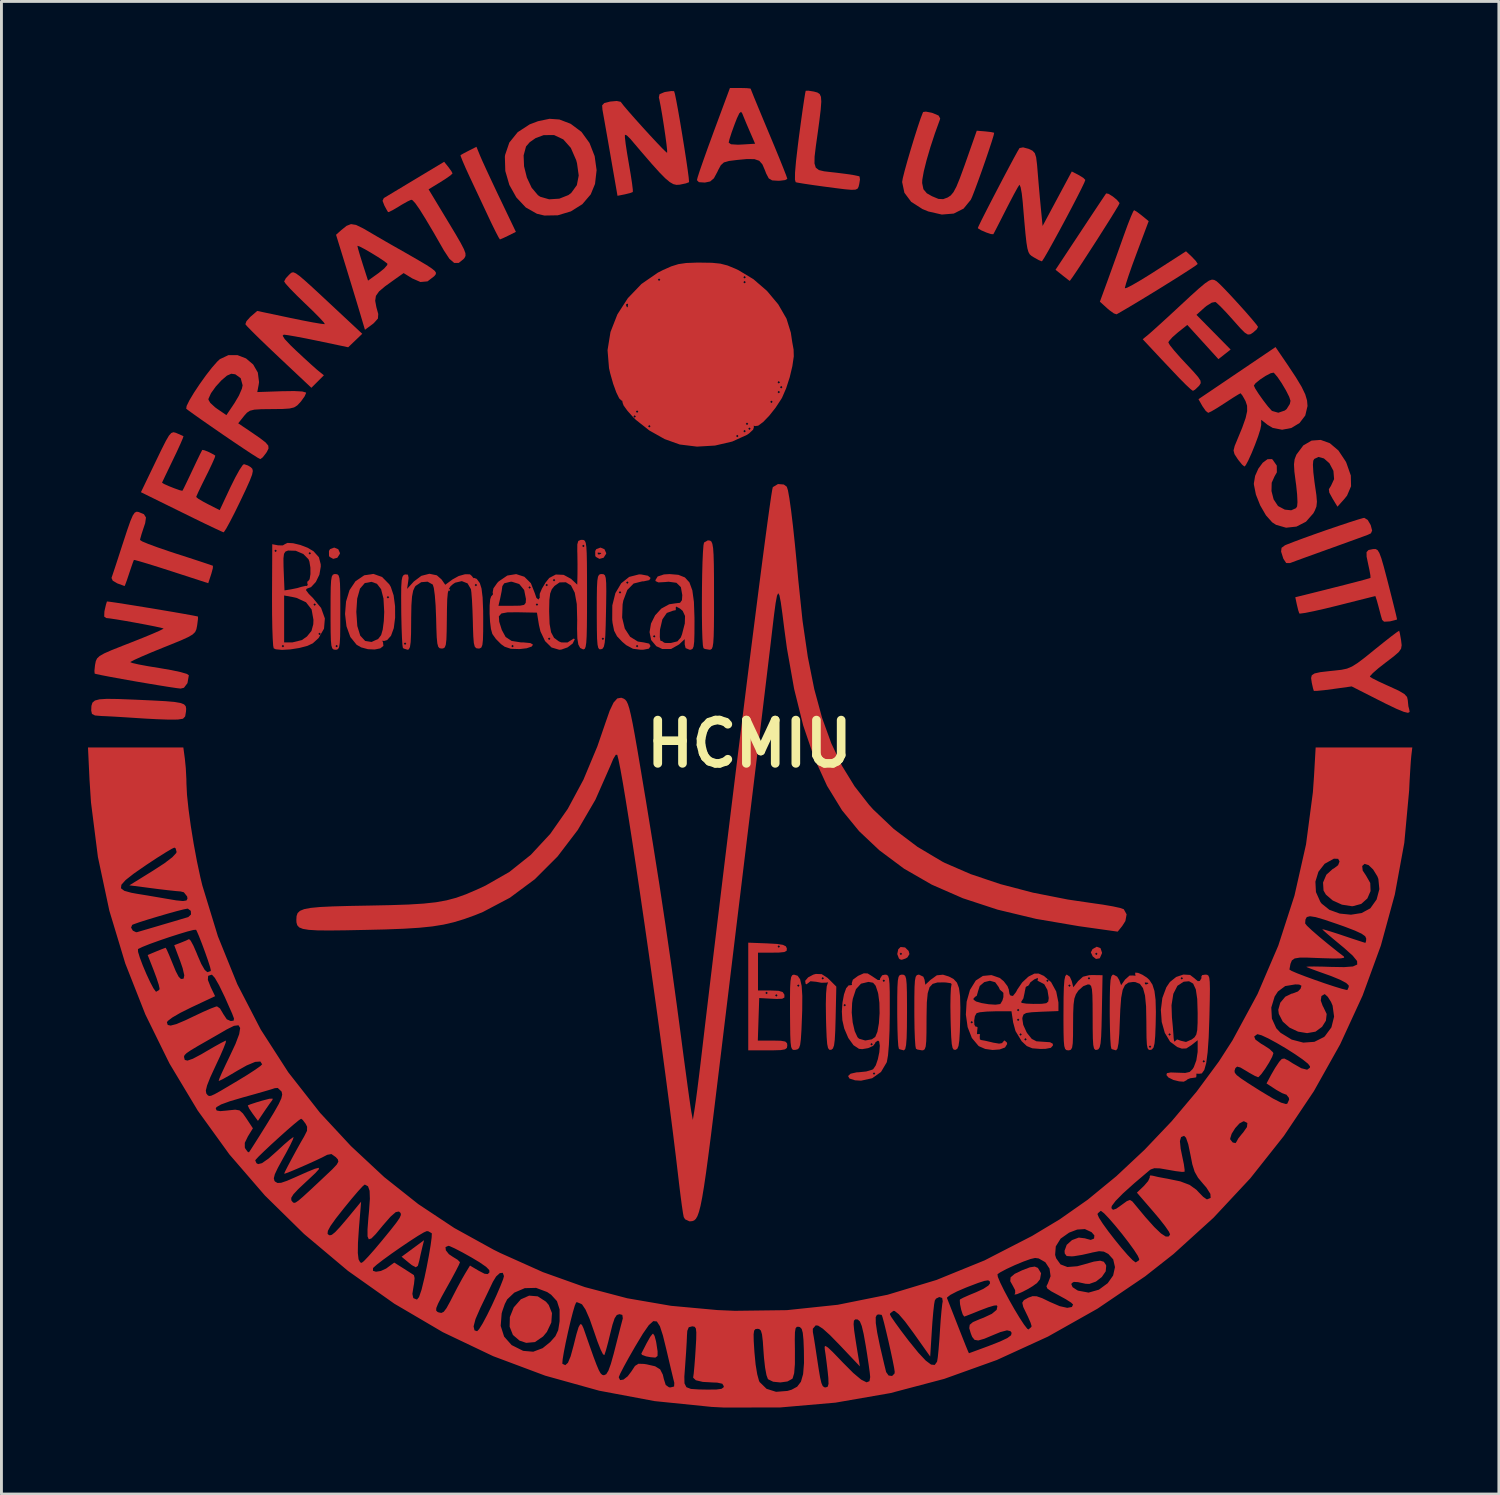
<source format=kicad_pcb>
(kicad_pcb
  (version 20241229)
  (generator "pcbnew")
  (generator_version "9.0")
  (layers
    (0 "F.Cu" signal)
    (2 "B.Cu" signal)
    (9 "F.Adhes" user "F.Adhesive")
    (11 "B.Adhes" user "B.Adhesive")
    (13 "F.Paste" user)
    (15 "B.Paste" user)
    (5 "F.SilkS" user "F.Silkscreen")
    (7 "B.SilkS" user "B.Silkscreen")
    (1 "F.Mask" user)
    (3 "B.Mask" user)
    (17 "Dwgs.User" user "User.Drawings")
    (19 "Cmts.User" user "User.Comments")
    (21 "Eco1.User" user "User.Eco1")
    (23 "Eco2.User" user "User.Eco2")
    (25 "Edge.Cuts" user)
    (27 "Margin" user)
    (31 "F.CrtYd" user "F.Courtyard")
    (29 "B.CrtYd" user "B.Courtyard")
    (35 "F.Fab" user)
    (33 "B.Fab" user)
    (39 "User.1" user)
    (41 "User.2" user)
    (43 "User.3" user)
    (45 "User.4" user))
  (footprint "HCMIU"
    (layer "F.Cu")
    (at 22.928 22.732)
    (property "Reference" "HCMIU" (at 0 0 0) (layer "F.SilkS") (effects (font (size 1.5 1.5) (thickness 0.3))))
    (attr board_only exclude_from_pos_files exclude_from_bom)
    (fp_poly (pts (xy -10.372 -5.334) (xy -10.414 -5.292) (xy -10.456 -5.334) (xy -10.414 -5.376)) (stroke (width 0) (type solid)) (fill yes) (layer "F.Cu"))
    (fp_poly (pts (xy -14.254 -6.745) (xy -14.194 -6.612) (xy -14.198 -6.584) (xy -14.285 -6.449) (xy -14.428 -6.41) (xy -14.553 -6.479) (xy -14.574 -6.519) (xy -14.575 -6.684) (xy -14.537 -6.748) (xy -14.393 -6.802)) (stroke (width 0) (type solid)) (fill yes) (layer "F.Cu"))
    (fp_poly (pts (xy -11.337 17.439) (xy -11.401 17.71) (xy -11.445 17.917) (xy -11.494 18.096) (xy -11.567 18.145) (xy -11.704 18.07) (xy -11.829 17.97) (xy -12.058 17.78) (xy -11.668 17.493) (xy -11.279 17.206)) (stroke (width 0) (type solid)) (fill yes) (layer "F.Cu"))
    (fp_poly (pts (xy -16.534 12.342) (xy -16.631 12.474) (xy -16.775 12.681) (xy -16.827 12.758) (xy -17.037 13.07) (xy -17.225 12.815) (xy -17.34 12.644) (xy -17.387 12.541) (xy -17.385 12.533) (xy -17.295 12.496) (xy -17.092 12.429) (xy -16.903 12.372) (xy -16.642 12.304) (xy -16.527 12.299)) (stroke (width 0) (type solid)) (fill yes) (layer "F.Cu"))
    (fp_poly (pts (xy -3.29 20.521) (xy -3.24 20.706) (xy -3.229 20.765) (xy -3.184 21.06) (xy -3.186 21.22) (xy -3.262 21.276) (xy -3.434 21.261) (xy -3.582 21.233) (xy -3.721 21.184) (xy -3.749 21.139) (xy -3.565 20.779) (xy -3.44 20.557) (xy -3.361 20.457) (xy -3.34 20.447)) (stroke (width 0) (type solid)) (fill yes) (layer "F.Cu"))
    (fp_poly (pts (xy -7.338 19.153) (xy -7.057 19.335) (xy -6.958 19.45) (xy -6.845 19.733) (xy -6.868 20.06) (xy -7.021 20.385) (xy -7.154 20.544) (xy -7.436 20.738) (xy -7.738 20.765) (xy -7.97 20.687) (xy -8.199 20.491) (xy -8.313 20.205) (xy -8.305 19.871) (xy -8.17 19.535) (xy -7.924 19.255) (xy -7.636 19.128)) (stroke (width 0) (type solid)) (fill yes) (layer "F.Cu"))
    (fp_poly (pts (xy 12.169 7.084) (xy 12.22 7.237) (xy 12.218 7.264) (xy 12.142 7.435) (xy 12.012 7.458) (xy 11.898 7.369) (xy 11.858 7.281) (xy 11.98 7.281) (xy 12.023 7.324) (xy 12.065 7.281) (xy 12.023 7.239) (xy 11.98 7.281) (xy 11.858 7.281) (xy 11.834 7.23) (xy 11.891 7.117) (xy 12.037 7.034)) (stroke (width 0) (type solid)) (fill yes) (layer "F.Cu"))
    (fp_poly (pts (xy 5.395 7.059) (xy 5.518 7.181) (xy 5.546 7.289) (xy 5.477 7.403) (xy 5.412 7.442) (xy 5.279 7.487) (xy 5.214 7.47) (xy 5.179 7.437) (xy 5.123 7.288) (xy 5.124 7.281) (xy 5.207 7.281) (xy 5.249 7.324) (xy 5.292 7.281) (xy 5.249 7.239) (xy 5.207 7.281) (xy 5.124 7.281) (xy 5.158 7.122) (xy 5.239 7.043)) (stroke (width 0) (type solid)) (fill yes) (layer "F.Cu"))
    (fp_poly (pts (xy -5.026 -6.745) (xy -4.966 -6.612) (xy -4.969 -6.584) (xy -5.056 -6.449) (xy -5.2 -6.41) (xy -5.325 -6.479) (xy -5.345 -6.519) (xy -5.346 -6.618) (xy -5.263 -6.618) (xy -5.252 -6.568) (xy -5.207 -6.562) (xy -5.137 -6.593) (xy -5.151 -6.618) (xy -5.251 -6.628) (xy -5.263 -6.618) (xy -5.346 -6.618) (xy -5.346 -6.684) (xy -5.309 -6.748) (xy -5.164 -6.802)) (stroke (width 0) (type solid)) (fill yes) (layer "F.Cu"))
    (fp_poly (pts (xy 9.997 18.166) (xy 10.108 18.351) (xy 10.071 18.561) (xy 9.97 18.688) (xy 9.817 18.8) (xy 9.626 18.913) (xy 9.433 19.011) (xy 9.274 19.077) (xy 9.187 19.092) (xy 9.209 19.041) (xy 9.212 19.039) (xy 9.209 18.939) (xy 9.141 18.808) (xy 9.04 18.627) (xy 9.052 18.493) (xy 9.193 18.373) (xy 9.447 18.251) (xy 9.719 18.147) (xy 9.888 18.121)) (stroke (width 0) (type solid)) (fill yes) (layer "F.Cu"))
    (fp_poly (pts (xy 12.447 -19.063) (xy 12.591 -18.974) (xy 12.736 -18.856) (xy 12.822 -18.754) (xy 12.827 -18.734) (xy 12.784 -18.65) (xy 12.666 -18.453) (xy 12.491 -18.17) (xy 12.275 -17.829) (xy 12.038 -17.455) (xy 11.794 -17.078) (xy 11.563 -16.722) (xy 11.362 -16.416) (xy 11.207 -16.187) (xy 11.116 -16.061) (xy 11.1 -16.045) (xy 11.036 -16.092) (xy 10.888 -16.208) (xy 10.85 -16.238) (xy 10.609 -16.431) (xy 11.475 -17.741) (xy 11.749 -18.156) (xy 11.99 -18.519) (xy 12.183 -18.809) (xy 12.313 -19.003) (xy 12.364 -19.078)) (stroke (width 0) (type solid)) (fill yes) (layer "F.Cu"))
    (fp_poly (pts (xy -9.335 -20.38) (xy -9.253 -20.192) (xy -9.114 -19.888) (xy -8.935 -19.504) (xy -8.734 -19.078) (xy -8.651 -18.905) (xy -8.096 -17.745) (xy -8.358 -17.614) (xy -8.541 -17.527) (xy -8.645 -17.484) (xy -8.65 -17.484) (xy -8.696 -17.555) (xy -8.796 -17.746) (xy -8.932 -18.022) (xy -9.008 -18.182) (xy -9.204 -18.6) (xy -9.43 -19.081) (xy -9.644 -19.536) (xy -9.689 -19.632) (xy -9.836 -19.952) (xy -9.947 -20.209) (xy -10.009 -20.369) (xy -10.016 -20.404) (xy -9.931 -20.453) (xy -9.756 -20.545) (xy -9.727 -20.56) (xy -9.463 -20.694)) (stroke (width 0) (type solid)) (fill yes) (layer "F.Cu"))
    (fp_poly (pts (xy 5.356 8.009) (xy 5.401 8.05) (xy 5.431 8.148) (xy 5.449 8.329) (xy 5.458 8.616) (xy 5.461 9.035) (xy 5.461 9.313) (xy 5.458 9.831) (xy 5.448 10.2) (xy 5.429 10.441) (xy 5.4 10.576) (xy 5.358 10.624) (xy 5.348 10.626) (xy 5.204 10.588) (xy 5.179 10.569) (xy 5.159 10.469) (xy 5.142 10.23) (xy 5.13 9.885) (xy 5.123 9.464) (xy 5.122 9.257) (xy 5.123 8.772) (xy 5.129 8.431) (xy 5.143 8.209) (xy 5.168 8.08) (xy 5.207 8.019) (xy 5.265 8.002) (xy 5.292 8.001)) (stroke (width 0) (type solid)) (fill yes) (layer "F.Cu"))
    (fp_poly (pts (xy -1.363 -7.042) (xy -1.318 -7.008) (xy -1.285 -6.929) (xy -1.26 -6.784) (xy -1.244 -6.555) (xy -1.234 -6.218) (xy -1.229 -5.754) (xy -1.228 -5.142) (xy -1.228 -5.125) (xy -1.228 -4.516) (xy -1.232 -4.057) (xy -1.24 -3.725) (xy -1.254 -3.5) (xy -1.276 -3.362) (xy -1.307 -3.29) (xy -1.35 -3.263) (xy -1.383 -3.26) (xy -1.544 -3.287) (xy -1.595 -3.316) (xy -1.615 -3.419) (xy -1.631 -3.66) (xy -1.642 -4.009) (xy -1.648 -4.435) (xy -1.649 -4.907) (xy -1.646 -5.394) (xy -1.639 -5.865) (xy -1.628 -6.29) (xy -1.612 -6.638) (xy -1.594 -6.878) (xy -1.574 -6.976) (xy -1.442 -7.052)) (stroke (width 0) (type solid)) (fill yes) (layer "F.Cu"))
    (fp_poly (pts (xy -21.896 -1.553) (xy -21.377 -1.533) (xy -21.282 -1.529) (xy -20.69 -1.502) (xy -20.247 -1.478) (xy -19.931 -1.451) (xy -19.722 -1.415) (xy -19.599 -1.367) (xy -19.54 -1.302) (xy -19.525 -1.213) (xy -19.532 -1.112) (xy -19.56 -0.948) (xy -19.635 -0.869) (xy -19.806 -0.842) (xy -19.939 -0.838) (xy -20.189 -0.84) (xy -20.55 -0.853) (xy -20.964 -0.875) (xy -21.209 -0.891) (xy -21.624 -0.918) (xy -22.017 -0.942) (xy -22.331 -0.958) (xy -22.458 -0.963) (xy -22.686 -0.982) (xy -22.79 -1.035) (xy -22.816 -1.15) (xy -22.816 -1.164) (xy -22.809 -1.317) (xy -22.774 -1.427) (xy -22.688 -1.5) (xy -22.528 -1.542) (xy -22.272 -1.558)) (stroke (width 0) (type solid)) (fill yes) (layer "F.Cu"))
    (fp_poly (pts (xy 21.43 -7.76) (xy 21.532 -7.585) (xy 21.536 -7.574) (xy 21.584 -7.391) (xy 21.542 -7.296) (xy 21.435 -7.245) (xy 21.29 -7.191) (xy 21.019 -7.092) (xy 20.657 -6.961) (xy 20.237 -6.809) (xy 20.063 -6.747) (xy 19.634 -6.592) (xy 19.254 -6.455) (xy 18.955 -6.346) (xy 18.77 -6.277) (xy 18.734 -6.264) (xy 18.605 -6.266) (xy 18.509 -6.41) (xy 18.501 -6.432) (xy 18.428 -6.662) (xy 18.444 -6.794) (xy 18.56 -6.879) (xy 18.605 -6.899) (xy 18.858 -6.998) (xy 19.2 -7.125) (xy 19.597 -7.268) (xy 20.018 -7.416) (xy 20.429 -7.556) (xy 20.797 -7.679) (xy 21.089 -7.772) (xy 21.272 -7.825) (xy 21.312 -7.832)) (stroke (width 0) (type solid)) (fill yes) (layer "F.Cu"))
    (fp_poly (pts (xy 1.669 8.039) (xy 1.756 8.162) (xy 1.809 8.39) (xy 1.832 8.741) (xy 1.829 9.234) (xy 1.82 9.483) (xy 1.802 9.932) (xy 1.782 10.24) (xy 1.757 10.434) (xy 1.72 10.542) (xy 1.666 10.591) (xy 1.596 10.608) (xy 1.527 10.612) (xy 1.478 10.586) (xy 1.445 10.506) (xy 1.425 10.347) (xy 1.414 10.084) (xy 1.409 9.695) (xy 1.406 9.317) (xy 1.405 8.817) (xy 1.409 8.461) (xy 1.413 8.382) (xy 1.651 8.382) (xy 1.693 8.424) (xy 1.736 8.382) (xy 1.693 8.34) (xy 1.651 8.382) (xy 1.413 8.382) (xy 1.422 8.226) (xy 1.445 8.088) (xy 1.482 8.021) (xy 1.534 8.002) (xy 1.546 8.002)) (stroke (width 0) (type solid)) (fill yes) (layer "F.Cu"))
    (fp_poly (pts (xy -5.055 -5.877) (xy -5.009 -5.839) (xy -4.981 -5.745) (xy -4.966 -5.569) (xy -4.962 -5.288) (xy -4.967 -4.875) (xy -4.972 -4.594) (xy -4.983 -4.097) (xy -4.996 -3.744) (xy -5.016 -3.511) (xy -5.045 -3.372) (xy -5.087 -3.301) (xy -5.144 -3.276) (xy -5.2 -3.277) (xy -5.24 -3.323) (xy -5.266 -3.437) (xy -5.282 -3.641) (xy -5.122 -3.641) (xy -5.08 -3.598) (xy -5.038 -3.641) (xy -5.08 -3.683) (xy -5.122 -3.641) (xy -5.282 -3.641) (xy -5.282 -3.642) (xy -5.289 -3.963) (xy -5.292 -4.423) (xy -5.292 -4.566) (xy -5.291 -5.064) (xy -5.286 -5.418) (xy -5.273 -5.653) (xy -5.25 -5.791) (xy -5.213 -5.86) (xy -5.159 -5.882) (xy -5.12 -5.884)) (stroke (width 0) (type solid)) (fill yes) (layer "F.Cu"))
    (fp_poly (pts (xy -14.287 -5.876) (xy -14.241 -5.835) (xy -14.211 -5.737) (xy -14.193 -5.557) (xy -14.185 -5.269) (xy -14.182 -4.85) (xy -14.182 -4.572) (xy -14.183 -4.075) (xy -14.188 -3.722) (xy -14.201 -3.489) (xy -14.224 -3.351) (xy -14.261 -3.283) (xy -14.315 -3.261) (xy -14.351 -3.26) (xy -14.415 -3.268) (xy -14.461 -3.309) (xy -14.485 -3.387) (xy -14.351 -3.387) (xy -14.309 -3.344) (xy -14.266 -3.387) (xy -14.309 -3.429) (xy -14.351 -3.387) (xy -14.485 -3.387) (xy -14.491 -3.407) (xy -14.509 -3.587) (xy -14.517 -3.875) (xy -14.52 -4.294) (xy -14.52 -4.572) (xy -14.519 -5.069) (xy -14.514 -5.422) (xy -14.501 -5.655) (xy -14.478 -5.793) (xy -14.441 -5.861) (xy -14.387 -5.883) (xy -14.351 -5.884)) (stroke (width 0) (type solid)) (fill yes) (layer "F.Cu"))
    (fp_poly (pts (xy 2.505 7.985) (xy 2.704 8.113) (xy 2.77 8.175) (xy 3.011 8.416) (xy 2.987 9.499) (xy 2.974 9.951) (xy 2.957 10.261) (xy 2.932 10.455) (xy 2.893 10.561) (xy 2.839 10.604) (xy 2.822 10.608) (xy 2.764 10.603) (xy 2.723 10.543) (xy 2.694 10.403) (xy 2.675 10.159) (xy 2.66 9.784) (xy 2.653 9.509) (xy 2.647 9.029) (xy 2.656 8.654) (xy 2.679 8.407) (xy 2.709 8.312) (xy 2.727 8.268) (xy 2.667 8.278) (xy 2.493 8.283) (xy 2.312 8.249) (xy 2.114 8.23) (xy 2.048 8.283) (xy 1.976 8.337) (xy 1.947 8.321) (xy 1.931 8.216) (xy 2.007 8.128) (xy 2.498 8.128) (xy 2.54 8.17) (xy 2.582 8.128) (xy 2.54 8.086) (xy 2.498 8.128) (xy 2.007 8.128) (xy 2.034 8.096) (xy 2.216 8) (xy 2.304 7.977)) (stroke (width 0) (type solid)) (fill yes) (layer "F.Cu"))
    (fp_poly (pts (xy -10.437 -19.993) (xy -10.33 -19.846) (xy -10.292 -19.77) (xy -10.358 -19.706) (xy -10.529 -19.586) (xy -10.707 -19.473) (xy -11.122 -19.219) (xy -10.442 -18.092) (xy -10.185 -17.665) (xy -10.007 -17.357) (xy -9.897 -17.145) (xy -9.845 -17.005) (xy -9.842 -16.912) (xy -9.877 -16.841) (xy -9.911 -16.801) (xy -10.078 -16.667) (xy -10.235 -16.668) (xy -10.401 -16.812) (xy -10.596 -17.108) (xy -10.605 -17.125) (xy -10.949 -17.725) (xy -11.222 -18.185) (xy -11.429 -18.518) (xy -11.579 -18.733) (xy -11.678 -18.841) (xy -11.724 -18.858) (xy -11.847 -18.802) (xy -12.052 -18.687) (xy -12.161 -18.619) (xy -12.365 -18.499) (xy -12.5 -18.433) (xy -12.527 -18.43) (xy -12.579 -18.517) (xy -12.656 -18.66) (xy -12.718 -18.822) (xy -12.676 -18.913) (xy -12.646 -18.933) (xy -12.533 -19.001) (xy -12.306 -19.138) (xy -11.996 -19.324) (xy -11.633 -19.543) (xy -11.557 -19.588) (xy -10.583 -20.174)) (stroke (width 0) (type solid)) (fill yes) (layer "F.Cu"))
    (fp_poly (pts (xy 13.422 -18.446) (xy 13.581 -18.326) (xy 13.608 -18.305) (xy 13.838 -18.116) (xy 13.414 -16.985) (xy 13.263 -16.576) (xy 13.14 -16.224) (xy 13.054 -15.958) (xy 13.014 -15.809) (xy 13.014 -15.789) (xy 13.089 -15.809) (xy 13.281 -15.908) (xy 13.563 -16.072) (xy 13.91 -16.286) (xy 14.085 -16.398) (xy 15.132 -17.072) (xy 15.334 -16.882) (xy 15.473 -16.735) (xy 15.536 -16.636) (xy 15.536 -16.632) (xy 15.468 -16.577) (xy 15.28 -16.451) (xy 14.999 -16.27) (xy 14.651 -16.051) (xy 14.261 -15.808) (xy 13.855 -15.559) (xy 13.46 -15.319) (xy 13.1 -15.104) (xy 12.803 -14.931) (xy 12.725 -14.887) (xy 12.632 -14.918) (xy 12.47 -15.035) (xy 12.407 -15.089) (xy 12.147 -15.325) (xy 12.41 -16.044) (xy 12.558 -16.454) (xy 12.734 -16.943) (xy 12.908 -17.43) (xy 12.98 -17.632) (xy 13.108 -17.983) (xy 13.219 -18.265) (xy 13.299 -18.446) (xy 13.332 -18.497)) (stroke (width 0) (type solid)) (fill yes) (layer "F.Cu"))
    (fp_poly (pts (xy 2.229 -22.609) (xy 2.238 -22.607) (xy 2.355 -22.575) (xy 2.434 -22.523) (xy 2.479 -22.424) (xy 2.49 -22.254) (xy 2.47 -21.986) (xy 2.423 -21.595) (xy 2.371 -21.209) (xy 2.301 -20.711) (xy 2.258 -20.356) (xy 2.254 -20.117) (xy 2.299 -19.97) (xy 2.407 -19.887) (xy 2.588 -19.844) (xy 2.854 -19.813) (xy 3.008 -19.796) (xy 3.35 -19.753) (xy 3.623 -19.711) (xy 3.788 -19.676) (xy 3.816 -19.664) (xy 3.831 -19.559) (xy 3.805 -19.399) (xy 3.781 -19.304) (xy 3.746 -19.241) (xy 3.673 -19.208) (xy 3.535 -19.202) (xy 3.304 -19.222) (xy 2.953 -19.266) (xy 2.582 -19.315) (xy 2.207 -19.367) (xy 1.891 -19.414) (xy 1.676 -19.45) (xy 1.603 -19.466) (xy 1.577 -19.555) (xy 1.58 -19.797) (xy 1.614 -20.194) (xy 1.679 -20.752) (xy 1.717 -21.052) (xy 1.783 -21.545) (xy 1.843 -21.976) (xy 1.894 -22.319) (xy 1.931 -22.548) (xy 1.95 -22.635) (xy 2.042 -22.639)) (stroke (width 0) (type solid)) (fill yes) (layer "F.Cu"))
    (fp_poly (pts (xy -21.174 -8.035) (xy -20.989 -7.958) (xy -20.918 -7.844) (xy -20.946 -7.648) (xy -20.996 -7.498) (xy -21.073 -7.264) (xy -21.119 -7.098) (xy -21.124 -7.064) (xy -21.048 -7.015) (xy -20.838 -6.927) (xy -20.52 -6.81) (xy -20.124 -6.674) (xy -19.875 -6.592) (xy -19.444 -6.453) (xy -19.074 -6.332) (xy -18.792 -6.238) (xy -18.628 -6.182) (xy -18.597 -6.17) (xy -18.601 -6.085) (xy -18.65 -5.902) (xy -18.664 -5.859) (xy -18.76 -5.567) (xy -20.039 -5.982) (xy -20.473 -6.121) (xy -20.847 -6.238) (xy -21.133 -6.323) (xy -21.302 -6.369) (xy -21.337 -6.373) (xy -21.371 -6.287) (xy -21.44 -6.088) (xy -21.501 -5.905) (xy -21.582 -5.664) (xy -21.641 -5.505) (xy -21.66 -5.468) (xy -21.741 -5.498) (xy -21.913 -5.561) (xy -22.069 -5.652) (xy -22.113 -5.748) (xy -22.113 -5.75) (xy -22.074 -5.864) (xy -21.993 -6.107) (xy -21.882 -6.446) (xy -21.752 -6.848) (xy -21.712 -6.97) (xy -21.566 -7.415) (xy -21.458 -7.722) (xy -21.376 -7.913) (xy -21.307 -8.013) (xy -21.241 -8.045)) (stroke (width 0) (type solid)) (fill yes) (layer "F.Cu"))
    (fp_poly (pts (xy -6.589 -21.64) (xy -6.225 -21.502) (xy -6.191 -21.486) (xy -5.823 -21.211) (xy -5.544 -20.826) (xy -5.366 -20.37) (xy -5.298 -19.884) (xy -5.353 -19.407) (xy -5.502 -19.044) (xy -5.794 -18.703) (xy -6.19 -18.455) (xy -6.644 -18.319) (xy -7.108 -18.311) (xy -7.366 -18.372) (xy -7.754 -18.592) (xy -8.08 -18.938) (xy -8.323 -19.372) (xy -8.463 -19.855) (xy -8.478 -20.348) (xy -8.472 -20.396) (xy -7.828 -20.396) (xy -7.813 -20.018) (xy -7.715 -19.626) (xy -7.549 -19.274) (xy -7.331 -19.016) (xy -7.252 -18.962) (xy -6.942 -18.873) (xy -6.59 -18.896) (xy -6.274 -19.021) (xy -6.177 -19.096) (xy -5.983 -19.364) (xy -5.918 -19.698) (xy -5.977 -20.122) (xy -6.005 -20.227) (xy -6.192 -20.656) (xy -6.453 -20.95) (xy -6.773 -21.101) (xy -7.134 -21.098) (xy -7.41 -20.996) (xy -7.612 -20.857) (xy -7.744 -20.706) (xy -7.828 -20.396) (xy -8.472 -20.396) (xy -8.47 -20.41) (xy -8.324 -20.84) (xy -8.034 -21.2) (xy -7.618 -21.471) (xy -7.331 -21.58) (xy -6.931 -21.664)) (stroke (width 0) (type solid)) (fill yes) (layer "F.Cu"))
    (fp_poly (pts (xy 21.708 -6.75) (xy 21.773 -6.713) (xy 21.834 -6.615) (xy 21.902 -6.433) (xy 21.987 -6.141) (xy 22.099 -5.717) (xy 22.143 -5.546) (xy 22.252 -5.117) (xy 22.343 -4.753) (xy 22.41 -4.481) (xy 22.444 -4.33) (xy 22.447 -4.309) (xy 22.367 -4.285) (xy 22.202 -4.243) (xy 21.998 -4.232) (xy 21.931 -4.295) (xy 21.888 -4.44) (xy 21.826 -4.674) (xy 21.803 -4.763) (xy 21.743 -4.979) (xy 21.701 -5.106) (xy 21.693 -5.12) (xy 21.609 -5.1) (xy 21.389 -5.045) (xy 21.062 -4.963) (xy 20.655 -4.86) (xy 20.383 -4.791) (xy 19.941 -4.683) (xy 19.56 -4.597) (xy 19.268 -4.538) (xy 19.095 -4.514) (xy 19.059 -4.518) (xy 19.021 -4.632) (xy 18.974 -4.826) (xy 18.92 -5.08) (xy 20.212 -5.403) (xy 20.654 -5.515) (xy 21.034 -5.613) (xy 21.323 -5.69) (xy 21.494 -5.739) (xy 21.527 -5.751) (xy 21.523 -5.839) (xy 21.487 -6.04) (xy 21.45 -6.21) (xy 21.392 -6.488) (xy 21.39 -6.644) (xy 21.458 -6.717) (xy 21.609 -6.748) (xy 21.629 -6.75)) (stroke (width 0) (type solid)) (fill yes) (layer "F.Cu"))
    (fp_poly (pts (xy -3.753 -5.87) (xy -3.521 -5.826) (xy -3.426 -5.749) (xy -3.473 -5.673) (xy -3.667 -5.632) (xy -3.719 -5.63) (xy -4.016 -5.555) (xy -4.235 -5.331) (xy -4.373 -4.964) (xy -4.397 -4.832) (xy -4.413 -4.375) (xy -4.321 -3.993) (xy -4.136 -3.709) (xy -3.87 -3.545) (xy -3.664 -3.514) (xy -3.476 -3.473) (xy -3.429 -3.387) (xy -3.485 -3.299) (xy -3.67 -3.262) (xy -3.769 -3.26) (xy -4.038 -3.294) (xy -4.211 -3.387) (xy -3.937 -3.387) (xy -3.895 -3.344) (xy -3.852 -3.387) (xy -3.895 -3.429) (xy -3.937 -3.387) (xy -4.211 -3.387) (xy -4.271 -3.419) (xy -4.408 -3.535) (xy -4.59 -3.726) (xy -4.691 -3.919) (xy -4.745 -4.187) (xy -4.757 -4.296) (xy -4.754 -4.796) (xy -4.646 -5.226) (xy -4.632 -5.249) (xy -4.53 -5.249) (xy -4.487 -5.207) (xy -4.445 -5.249) (xy -4.487 -5.292) (xy -4.53 -5.249) (xy -4.632 -5.249) (xy -4.446 -5.563) (xy -4.415 -5.588) (xy -4.276 -5.588) (xy -4.233 -5.546) (xy -4.191 -5.588) (xy -4.233 -5.63) (xy -4.276 -5.588) (xy -4.415 -5.588) (xy -4.169 -5.785) (xy -3.829 -5.872)) (stroke (width 0) (type solid)) (fill yes) (layer "F.Cu"))
    (fp_poly (pts (xy 22.521 -3.918) (xy 22.545 -3.828) (xy 22.58 -3.633) (xy 22.589 -3.575) (xy 22.607 -3.416) (xy 22.587 -3.296) (xy 22.504 -3.178) (xy 22.333 -3.03) (xy 22.055 -2.818) (xy 21.797 -2.616) (xy 21.606 -2.449) (xy 21.511 -2.344) (xy 21.507 -2.325) (xy 21.596 -2.268) (xy 21.802 -2.164) (xy 22.085 -2.033) (xy 22.18 -1.991) (xy 22.505 -1.841) (xy 22.7 -1.726) (xy 22.794 -1.624) (xy 22.818 -1.519) (xy 22.84 -1.302) (xy 22.869 -1.192) (xy 22.884 -1.103) (xy 22.826 -1.073) (xy 22.68 -1.108) (xy 22.428 -1.212) (xy 22.055 -1.391) (xy 21.783 -1.528) (xy 20.875 -1.989) (xy 20.229 -1.899) (xy 19.921 -1.859) (xy 19.686 -1.836) (xy 19.568 -1.833) (xy 19.562 -1.836) (xy 19.533 -1.929) (xy 19.491 -2.118) (xy 19.489 -2.133) (xy 19.468 -2.279) (xy 19.492 -2.376) (xy 19.588 -2.439) (xy 19.786 -2.483) (xy 20.112 -2.521) (xy 20.286 -2.539) (xy 20.524 -2.566) (xy 20.712 -2.606) (xy 20.886 -2.679) (xy 21.084 -2.804) (xy 21.342 -2.999) (xy 21.674 -3.268) (xy 21.988 -3.52) (xy 22.25 -3.726) (xy 22.436 -3.865) (xy 22.519 -3.919)) (stroke (width 0) (type solid)) (fill yes) (layer "F.Cu"))
    (fp_poly (pts (xy 6.304 -21.877) (xy 6.353 -21.863) (xy 6.555 -21.777) (xy 6.611 -21.678) (xy 6.602 -21.638) (xy 6.429 -21.161) (xy 6.271 -20.679) (xy 6.139 -20.227) (xy 6.042 -19.839) (xy 5.991 -19.552) (xy 5.986 -19.438) (xy 6.03 -19.223) (xy 6.148 -19.082) (xy 6.326 -18.981) (xy 6.551 -18.887) (xy 6.715 -18.879) (xy 6.873 -18.938) (xy 6.977 -19.007) (xy 7.072 -19.122) (xy 7.173 -19.311) (xy 7.292 -19.601) (xy 7.445 -20.018) (xy 7.492 -20.151) (xy 7.879 -21.251) (xy 8.168 -21.228) (xy 8.369 -21.205) (xy 8.478 -21.182) (xy 8.482 -21.18) (xy 8.465 -21.095) (xy 8.402 -20.886) (xy 8.304 -20.588) (xy 8.184 -20.234) (xy 8.053 -19.859) (xy 7.923 -19.498) (xy 7.807 -19.185) (xy 7.717 -18.955) (xy 7.672 -18.857) (xy 7.422 -18.551) (xy 7.082 -18.379) (xy 6.668 -18.345) (xy 6.197 -18.453) (xy 5.996 -18.536) (xy 5.606 -18.786) (xy 5.371 -19.1) (xy 5.292 -19.473) (xy 5.316 -19.611) (xy 5.382 -19.872) (xy 5.478 -20.218) (xy 5.593 -20.609) (xy 5.714 -21.007) (xy 5.831 -21.375) (xy 5.931 -21.673) (xy 6.004 -21.864) (xy 6.021 -21.9) (xy 6.115 -21.913)) (stroke (width 0) (type solid)) (fill yes) (layer "F.Cu"))
    (fp_poly (pts (xy -15.72 -16.305) (xy -15.596 -16.216) (xy -15.415 -16.062) (xy -15.161 -15.833) (xy -14.819 -15.516) (xy -14.373 -15.1) (xy -14.204 -14.942) (xy -13.421 -14.212) (xy -13.665 -13.978) (xy -13.909 -13.745) (xy -14.944 -13.963) (xy -15.355 -14.047) (xy -15.717 -14.116) (xy -15.99 -14.163) (xy -16.138 -14.182) (xy -16.141 -14.182) (xy -16.181 -14.145) (xy -16.108 -14.027) (xy -15.914 -13.82) (xy -15.727 -13.64) (xy -15.448 -13.38) (xy -15.193 -13.147) (xy -15.003 -12.978) (xy -14.952 -12.936) (xy -14.751 -12.773) (xy -14.968 -12.556) (xy -15.185 -12.34) (xy -16.313 -13.401) (xy -16.674 -13.744) (xy -16.991 -14.049) (xy -17.243 -14.298) (xy -17.411 -14.47) (xy -17.473 -14.544) (xy -17.436 -14.647) (xy -17.306 -14.794) (xy -17.283 -14.814) (xy -17.062 -15.004) (xy -15.906 -14.76) (xy -15.487 -14.674) (xy -15.131 -14.606) (xy -14.869 -14.562) (xy -14.731 -14.546) (xy -14.718 -14.549) (xy -14.762 -14.616) (xy -14.908 -14.775) (xy -15.132 -15.001) (xy -15.407 -15.265) (xy -15.69 -15.54) (xy -15.921 -15.775) (xy -16.075 -15.946) (xy -16.129 -16.026) (xy -16.072 -16.135) (xy -15.961 -16.255) (xy -15.908 -16.305) (xy -15.861 -16.338) (xy -15.803 -16.342)) (stroke (width 0) (type solid)) (fill yes) (layer "F.Cu"))
    (fp_poly (pts (xy -12.735 -5.783) (xy -12.486 -5.53) (xy -12.431 -5.437) (xy -12.334 -5.145) (xy -12.284 -4.77) (xy -12.282 -4.371) (xy -12.328 -4.011) (xy -12.423 -3.749) (xy -12.429 -3.74) (xy -12.558 -3.596) (xy -12.668 -3.563) (xy -12.674 -3.566) (xy -12.728 -3.573) (xy -12.702 -3.517) (xy -12.688 -3.392) (xy -12.798 -3.307) (xy -12.99 -3.269) (xy -13.224 -3.279) (xy -13.458 -3.342) (xy -13.617 -3.433) (xy -13.834 -3.702) (xy -13.968 -4.073) (xy -14.018 -4.498) (xy -14.012 -4.572) (xy -13.627 -4.572) (xy -13.593 -4.083) (xy -13.491 -3.748) (xy -13.32 -3.565) (xy -13.099 -3.53) (xy -12.869 -3.635) (xy -12.767 -3.768) (xy -12.712 -3.96) (xy -12.674 -4.255) (xy -12.66 -4.572) (xy -12.686 -5.039) (xy -12.697 -5.08) (xy -12.573 -5.08) (xy -12.531 -5.038) (xy -12.488 -5.08) (xy -12.531 -5.122) (xy -12.573 -5.08) (xy -12.697 -5.08) (xy -12.768 -5.358) (xy -12.912 -5.546) (xy -13.099 -5.614) (xy -13.334 -5.571) (xy -13.5 -5.378) (xy -13.597 -5.032) (xy -13.627 -4.572) (xy -14.012 -4.572) (xy -13.983 -4.931) (xy -13.863 -5.326) (xy -13.656 -5.635) (xy -13.656 -5.635) (xy -13.352 -5.841) (xy -13.035 -5.889)) (stroke (width 0) (type solid)) (fill yes) (layer "F.Cu"))
    (fp_poly (pts (xy -13.637 -17.986) (xy -13.393 -17.867) (xy -13.23 -17.773) (xy -12.915 -17.588) (xy -12.613 -17.413) (xy -12.404 -17.293) (xy -11.875 -16.993) (xy -11.478 -16.764) (xy -11.194 -16.596) (xy -11.009 -16.474) (xy -10.904 -16.388) (xy -10.865 -16.325) (xy -10.875 -16.273) (xy -10.916 -16.22) (xy -10.929 -16.206) (xy -11.159 -16.029) (xy -11.405 -16.007) (xy -11.689 -16.132) (xy -11.987 -16.316) (xy -12.301 -16.094) (xy -12.631 -15.857) (xy -12.84 -15.68) (xy -12.948 -15.526) (xy -12.973 -15.357) (xy -12.932 -15.134) (xy -12.867 -14.9) (xy -12.878 -14.74) (xy -13.025 -14.577) (xy -13.073 -14.54) (xy -13.328 -14.351) (xy -13.51 -14.965) (xy -13.61 -15.298) (xy -13.742 -15.732) (xy -13.888 -16.209) (xy -14.011 -16.611) (xy -14.211 -17.259) (xy -13.589 -17.259) (xy -13.565 -17.154) (xy -13.501 -16.935) (xy -13.411 -16.647) (xy -13.405 -16.627) (xy -13.221 -16.055) (xy -12.853 -16.319) (xy -12.661 -16.475) (xy -12.555 -16.597) (xy -12.55 -16.643) (xy -12.681 -16.743) (xy -12.884 -16.877) (xy -13.119 -17.021) (xy -13.343 -17.15) (xy -13.513 -17.238) (xy -13.588 -17.262) (xy -13.589 -17.259) (xy -14.211 -17.259) (xy -14.33 -17.644) (xy -14.15 -17.805) (xy -13.967 -17.953) (xy -13.812 -18.014)) (stroke (width 0) (type solid)) (fill yes) (layer "F.Cu"))
    (fp_poly (pts (xy 0.613 6.918) (xy 0.953 6.937) (xy 1.157 6.968) (xy 1.261 7.019) (xy 1.296 7.091) (xy 1.29 7.173) (xy 1.208 7.218) (xy 1.016 7.237) (xy 0.811 7.239) (xy 0.296 7.239) (xy 0.296 7.895) (xy 0.296 8.551) (xy 0.739 8.551) (xy 1.009 8.562) (xy 1.151 8.604) (xy 1.209 8.691) (xy 1.212 8.706) (xy 1.211 8.795) (xy 1.135 8.837) (xy 0.948 8.844) (xy 0.791 8.837) (xy 0.339 8.813) (xy 0.314 9.55) (xy 0.29 10.287) (xy 0.801 10.287) (xy 1.086 10.293) (xy 1.24 10.32) (xy 1.303 10.38) (xy 1.312 10.456) (xy 1.298 10.541) (xy 1.233 10.591) (xy 1.083 10.617) (xy 0.814 10.625) (xy 0.635 10.626) (xy -0.042 10.626) (xy -0.042 8.759) (xy -0.042 8.721) (xy 0.889 8.721) (xy 0.931 8.763) (xy 0.974 8.721) (xy 0.931 8.678) (xy 0.889 8.721) (xy -0.042 8.721) (xy -0.042 8.636) (xy 0.55 8.636) (xy 0.593 8.678) (xy 0.635 8.636) (xy 0.593 8.594) (xy 0.55 8.636) (xy -0.042 8.636) (xy -0.042 7.027) (xy 0.974 7.027) (xy 1.016 7.07) (xy 1.058 7.027) (xy 1.016 6.985) (xy 0.974 7.027) (xy -0.042 7.027) (xy -0.042 6.893)) (stroke (width 0) (type solid)) (fill yes) (layer "F.Cu"))
    (fp_poly (pts (xy 6.027 8.073) (xy 6.069 8.176) (xy 6.096 8.351) (xy 6.277 8.182) (xy 6.494 8.025) (xy 6.709 8.003) (xy 6.916 8.068) (xy 7.078 8.155) (xy 7.192 8.279) (xy 7.263 8.467) (xy 7.3 8.747) (xy 7.311 9.148) (xy 7.305 9.544) (xy 7.292 9.986) (xy 7.274 10.286) (xy 7.247 10.471) (xy 7.206 10.569) (xy 7.148 10.607) (xy 7.14 10.608) (xy 7.082 10.603) (xy 7.041 10.543) (xy 7.012 10.403) (xy 6.993 10.159) (xy 6.978 9.784) (xy 6.971 9.509) (xy 6.965 9.089) (xy 6.97 8.732) (xy 6.983 8.472) (xy 7.004 8.341) (xy 7.01 8.333) (xy 6.979 8.299) (xy 6.821 8.275) (xy 6.74 8.27) (xy 6.512 8.274) (xy 6.35 8.322) (xy 6.243 8.437) (xy 6.179 8.645) (xy 6.148 8.968) (xy 6.139 9.431) (xy 6.138 9.573) (xy 6.136 10.012) (xy 6.128 10.309) (xy 6.109 10.492) (xy 6.075 10.587) (xy 6.023 10.622) (xy 5.983 10.626) (xy 5.822 10.598) (xy 5.771 10.569) (xy 5.752 10.469) (xy 5.735 10.23) (xy 5.722 9.885) (xy 5.716 9.464) (xy 5.715 9.257) (xy 5.716 8.772) (xy 5.722 8.43) (xy 5.736 8.208) (xy 5.761 8.079) (xy 5.801 8.019) (xy 5.859 8.002) (xy 5.878 8.001)) (stroke (width 0) (type solid)) (fill yes) (layer "F.Cu"))
    (fp_poly (pts (xy -0.098 -22.727) (xy 0.03 -22.713) (xy 0.042 -22.705) (xy 0.074 -22.623) (xy 0.16 -22.408) (xy 0.293 -22.086) (xy 0.461 -21.681) (xy 0.655 -21.216) (xy 0.677 -21.164) (xy 0.874 -20.692) (xy 1.046 -20.273) (xy 1.183 -19.932) (xy 1.275 -19.695) (xy 1.312 -19.585) (xy 1.312 -19.583) (xy 1.237 -19.54) (xy 1.052 -19.517) (xy 0.991 -19.516) (xy 0.787 -19.529) (xy 0.669 -19.598) (xy 0.58 -19.767) (xy 0.539 -19.875) (xy 0.449 -20.084) (xy 0.339 -20.209) (xy 0.172 -20.266) (xy -0.091 -20.269) (xy -0.423 -20.238) (xy -0.713 -20.202) (xy -0.886 -20.152) (xy -0.992 -20.056) (xy -1.084 -19.886) (xy -1.11 -19.829) (xy -1.232 -19.602) (xy -1.361 -19.492) (xy -1.545 -19.454) (xy -1.752 -19.467) (xy -1.821 -19.538) (xy -1.793 -19.647) (xy -1.715 -19.888) (xy -1.594 -20.235) (xy -1.442 -20.662) (xy -1.377 -20.839) (xy -0.72 -20.839) (xy -0.639 -20.781) (xy -0.4 -20.766) (xy -0.262 -20.772) (xy 0.196 -20.8) (xy 0.006 -21.238) (xy -0.112 -21.513) (xy -0.209 -21.748) (xy -0.247 -21.844) (xy -0.291 -21.907) (xy -0.349 -21.859) (xy -0.434 -21.682) (xy -0.515 -21.474) (xy -0.619 -21.187) (xy -0.692 -20.959) (xy -0.72 -20.839) (xy -1.377 -20.839) (xy -1.266 -21.142) (xy -1.25 -21.187) (xy -0.677 -22.731) (xy -0.318 -22.732)) (stroke (width 0) (type solid)) (fill yes) (layer "F.Cu"))
    (fp_poly (pts (xy 9.683 -20.621) (xy 9.812 -20.558) (xy 9.891 -20.473) (xy 9.938 -20.326) (xy 9.969 -20.073) (xy 9.986 -19.868) (xy 10.022 -19.43) (xy 10.065 -18.945) (xy 10.099 -18.584) (xy 10.161 -17.949) (xy 10.667 -18.894) (xy 11.173 -19.838) (xy 11.407 -19.717) (xy 11.571 -19.618) (xy 11.642 -19.545) (xy 11.642 -19.544) (xy 11.604 -19.446) (xy 11.501 -19.231) (xy 11.348 -18.929) (xy 11.16 -18.567) (xy 10.952 -18.174) (xy 10.739 -17.778) (xy 10.537 -17.408) (xy 10.361 -17.092) (xy 10.226 -16.858) (xy 10.147 -16.736) (xy 10.134 -16.724) (xy 10.027 -16.766) (xy 9.853 -16.864) (xy 9.852 -16.865) (xy 9.775 -16.913) (xy 9.716 -16.966) (xy 9.671 -17.045) (xy 9.634 -17.174) (xy 9.601 -17.375) (xy 9.568 -17.672) (xy 9.53 -18.087) (xy 9.483 -18.642) (xy 9.472 -18.78) (xy 9.439 -19.079) (xy 9.4 -19.289) (xy 9.363 -19.375) (xy 9.354 -19.372) (xy 9.291 -19.272) (xy 9.172 -19.056) (xy 9.015 -18.757) (xy 8.883 -18.5) (xy 8.714 -18.167) (xy 8.575 -17.895) (xy 8.482 -17.716) (xy 8.453 -17.663) (xy 8.37 -17.669) (xy 8.207 -17.724) (xy 8.036 -17.798) (xy 7.927 -17.863) (xy 7.916 -17.879) (xy 7.954 -17.966) (xy 8.055 -18.174) (xy 8.206 -18.472) (xy 8.391 -18.832) (xy 8.595 -19.224) (xy 8.802 -19.62) (xy 8.997 -19.988) (xy 9.165 -20.302) (xy 9.29 -20.53) (xy 9.358 -20.644) (xy 9.362 -20.65) (xy 9.485 -20.674)) (stroke (width 0) (type solid)) (fill yes) (layer "F.Cu"))
    (fp_poly (pts (xy 11.104 8.073) (xy 11.17 8.22) (xy 11.225 8.439) (xy 11.393 8.225) (xy 11.5 8.128) (xy 11.726 8.128) (xy 11.769 8.17) (xy 11.811 8.128) (xy 11.769 8.086) (xy 11.726 8.128) (xy 11.5 8.128) (xy 11.56 8.074) (xy 11.781 8.019) (xy 11.9 8.016) (xy 12.239 8.021) (xy 12.215 9.301) (xy 12.204 9.796) (xy 12.191 10.147) (xy 12.171 10.378) (xy 12.141 10.516) (xy 12.099 10.585) (xy 12.044 10.61) (xy 11.984 10.608) (xy 11.943 10.559) (xy 11.917 10.437) (xy 11.903 10.216) (xy 11.897 9.873) (xy 11.896 9.489) (xy 11.894 9.028) (xy 11.887 8.71) (xy 11.871 8.508) (xy 11.842 8.397) (xy 11.797 8.349) (xy 11.732 8.34) (xy 11.57 8.402) (xy 11.401 8.554) (xy 11.394 8.563) (xy 11.315 8.684) (xy 11.263 8.83) (xy 11.234 9.039) (xy 11.221 9.348) (xy 11.218 9.706) (xy 11.216 10.111) (xy 11.207 10.375) (xy 11.184 10.53) (xy 11.143 10.603) (xy 11.078 10.625) (xy 11.051 10.626) (xy 10.987 10.617) (xy 10.942 10.576) (xy 10.912 10.476) (xy 10.895 10.294) (xy 10.887 10.004) (xy 10.884 9.582) (xy 10.885 9.313) (xy 10.888 8.797) (xy 10.898 8.429) (xy 10.902 8.382) (xy 11.049 8.382) (xy 11.091 8.424) (xy 11.134 8.382) (xy 11.091 8.34) (xy 11.049 8.382) (xy 10.902 8.382) (xy 10.917 8.189) (xy 10.947 8.053) (xy 10.988 8.003) (xy 11.001 8.001)) (stroke (width 0) (type solid)) (fill yes) (layer "F.Cu"))
    (fp_poly (pts (xy 16.111 -16.079) (xy 16.189 -16.035) (xy 16.19 -16.035) (xy 16.295 -15.941) (xy 16.479 -15.755) (xy 16.712 -15.508) (xy 16.966 -15.231) (xy 17.213 -14.956) (xy 17.424 -14.712) (xy 17.573 -14.532) (xy 17.629 -14.45) (xy 17.582 -14.365) (xy 17.456 -14.254) (xy 17.361 -14.194) (xy 17.276 -14.186) (xy 17.172 -14.249) (xy 17.019 -14.401) (xy 16.787 -14.661) (xy 16.76 -14.692) (xy 16.524 -14.954) (xy 16.321 -15.165) (xy 16.182 -15.293) (xy 16.149 -15.315) (xy 16.026 -15.292) (xy 15.843 -15.178) (xy 15.768 -15.116) (xy 15.494 -14.868) (xy 16.087 -14.267) (xy 16.679 -13.666) (xy 16.468 -13.5) (xy 16.256 -13.333) (xy 15.717 -13.926) (xy 15.177 -14.519) (xy 14.849 -14.258) (xy 14.658 -14.091) (xy 14.54 -13.955) (xy 14.52 -13.909) (xy 14.575 -13.814) (xy 14.724 -13.628) (xy 14.942 -13.381) (xy 15.12 -13.189) (xy 15.387 -12.904) (xy 15.553 -12.713) (xy 15.633 -12.588) (xy 15.642 -12.501) (xy 15.597 -12.425) (xy 15.572 -12.396) (xy 15.443 -12.274) (xy 15.372 -12.234) (xy 15.293 -12.291) (xy 15.13 -12.443) (xy 14.915 -12.659) (xy 14.856 -12.721) (xy 14.566 -13.027) (xy 14.258 -13.353) (xy 14.012 -13.616) (xy 13.631 -14.024) (xy 13.822 -14.18) (xy 13.952 -14.293) (xy 14.177 -14.496) (xy 14.47 -14.763) (xy 14.8 -15.068) (xy 14.909 -15.169) (xy 15.298 -15.53) (xy 15.585 -15.788) (xy 15.789 -15.959) (xy 15.931 -16.055) (xy 16.031 -16.09)) (stroke (width 0) (type solid)) (fill yes) (layer "F.Cu"))
    (fp_poly (pts (xy 20.118 -10.419) (xy 20.415 -10.167) (xy 20.669 -9.784) (xy 20.691 -9.738) (xy 20.845 -9.299) (xy 20.853 -8.927) (xy 20.714 -8.603) (xy 20.626 -8.492) (xy 20.382 -8.219) (xy 20.206 -8.509) (xy 20.099 -8.706) (xy 20.084 -8.827) (xy 20.153 -8.935) (xy 20.154 -8.936) (xy 20.265 -9.175) (xy 20.242 -9.461) (xy 20.102 -9.725) (xy 19.913 -9.891) (xy 19.723 -9.943) (xy 19.578 -9.874) (xy 19.543 -9.813) (xy 19.531 -9.67) (xy 19.546 -9.409) (xy 19.585 -9.08) (xy 19.6 -8.974) (xy 19.651 -8.622) (xy 19.67 -8.389) (xy 19.653 -8.226) (xy 19.598 -8.085) (xy 19.545 -7.988) (xy 19.29 -7.698) (xy 18.961 -7.529) (xy 18.601 -7.49) (xy 18.253 -7.59) (xy 18.119 -7.677) (xy 17.904 -7.918) (xy 17.705 -8.261) (xy 17.555 -8.638) (xy 17.486 -8.982) (xy 17.484 -9.027) (xy 17.528 -9.288) (xy 17.64 -9.539) (xy 17.792 -9.743) (xy 17.957 -9.865) (xy 18.106 -9.869) (xy 18.134 -9.851) (xy 18.278 -9.643) (xy 18.281 -9.409) (xy 18.2 -9.267) (xy 18.102 -9.049) (xy 18.095 -8.761) (xy 18.169 -8.473) (xy 18.315 -8.251) (xy 18.334 -8.235) (xy 18.557 -8.117) (xy 18.779 -8.094) (xy 18.944 -8.167) (xy 18.983 -8.228) (xy 18.996 -8.374) (xy 18.984 -8.638) (xy 18.95 -8.969) (xy 18.935 -9.074) (xy 18.888 -9.44) (xy 18.875 -9.686) (xy 18.896 -9.861) (xy 18.954 -10.011) (xy 18.962 -10.027) (xy 19.198 -10.343) (xy 19.485 -10.51) (xy 19.8 -10.534)) (stroke (width 0) (type solid)) (fill yes) (layer "F.Cu"))
    (fp_poly (pts (xy -2.614 -22.623) (xy -2.612 -22.621) (xy -2.584 -22.527) (xy -2.537 -22.299) (xy -2.476 -21.97) (xy -2.406 -21.57) (xy -2.333 -21.132) (xy -2.261 -20.687) (xy -2.196 -20.269) (xy -2.143 -19.907) (xy -2.107 -19.636) (xy -2.094 -19.485) (xy -2.096 -19.466) (xy -2.201 -19.426) (xy -2.4 -19.384) (xy -2.424 -19.38) (xy -2.53 -19.374) (xy -2.638 -19.399) (xy -2.761 -19.47) (xy -2.917 -19.6) (xy -3.119 -19.805) (xy -3.384 -20.099) (xy -3.727 -20.496) (xy -4.13 -20.97) (xy -4.25 -21.088) (xy -4.317 -21.112) (xy -4.317 -21.019) (xy -4.291 -20.794) (xy -4.242 -20.472) (xy -4.182 -20.118) (xy -4.117 -19.737) (xy -4.069 -19.422) (xy -4.043 -19.207) (xy -4.043 -19.127) (xy -4.141 -19.089) (xy -4.325 -19.044) (xy -4.574 -18.995) (xy -4.814 -20.377) (xy -4.897 -20.857) (xy -4.974 -21.293) (xy -5.037 -21.651) (xy -5.081 -21.897) (xy -5.096 -21.981) (xy -5.106 -22.13) (xy -5.033 -22.209) (xy -4.834 -22.26) (xy -4.822 -22.262) (xy -4.6 -22.282) (xy -4.465 -22.253) (xy -4.454 -22.241) (xy -4.361 -22.12) (xy -4.189 -21.918) (xy -3.963 -21.661) (xy -3.708 -21.377) (xy -3.448 -21.092) (xy -3.208 -20.835) (xy -3.013 -20.631) (xy -2.887 -20.509) (xy -2.853 -20.486) (xy -2.854 -20.576) (xy -2.877 -20.792) (xy -2.917 -21.092) (xy -2.968 -21.437) (xy -3.023 -21.786) (xy -3.077 -22.097) (xy -3.123 -22.33) (xy -3.141 -22.404) (xy -3.117 -22.516) (xy -2.951 -22.587) (xy -2.91 -22.596) (xy -2.717 -22.625)) (stroke (width 0) (type solid)) (fill yes) (layer "F.Cu"))
    (fp_poly (pts (xy -19.887 -10.781) (xy -19.854 -10.767) (xy -19.69 -10.696) (xy -19.618 -10.662) (xy -19.643 -10.585) (xy -19.727 -10.389) (xy -19.858 -10.104) (xy -19.978 -9.854) (xy -20.136 -9.525) (xy -20.263 -9.261) (xy -20.342 -9.094) (xy -20.362 -9.051) (xy -20.293 -9.007) (xy -20.127 -8.932) (xy -19.924 -8.852) (xy -19.746 -8.789) (xy -19.656 -8.77) (xy -19.655 -8.771) (xy -19.608 -8.858) (xy -19.509 -9.062) (xy -19.374 -9.345) (xy -19.309 -9.483) (xy -19.165 -9.788) (xy -19.048 -10.029) (xy -18.977 -10.168) (xy -18.965 -10.188) (xy -18.884 -10.172) (xy -18.729 -10.108) (xy -18.575 -10.028) (xy -18.515 -9.988) (xy -18.539 -9.908) (xy -18.625 -9.712) (xy -18.756 -9.436) (xy -18.833 -9.282) (xy -18.985 -8.975) (xy -19.103 -8.729) (xy -19.169 -8.581) (xy -19.177 -8.555) (xy -19.108 -8.496) (xy -18.931 -8.391) (xy -18.77 -8.306) (xy -18.363 -8.099) (xy -17.989 -8.897) (xy -17.825 -9.227) (xy -17.679 -9.491) (xy -17.57 -9.655) (xy -17.523 -9.694) (xy -17.385 -9.648) (xy -17.285 -9.587) (xy -17.232 -9.534) (xy -17.214 -9.456) (xy -17.24 -9.328) (xy -17.318 -9.125) (xy -17.455 -8.82) (xy -17.653 -8.402) (xy -17.842 -8.016) (xy -18.009 -7.692) (xy -18.138 -7.457) (xy -18.216 -7.34) (xy -18.229 -7.331) (xy -18.32 -7.369) (xy -18.538 -7.471) (xy -18.858 -7.623) (xy -19.255 -7.816) (xy -19.69 -8.03) (xy -21.093 -8.721) (xy -20.579 -9.789) (xy -20.375 -10.211) (xy -20.228 -10.501) (xy -20.122 -10.682) (xy -20.04 -10.774) (xy -19.967 -10.8)) (stroke (width 0) (type solid)) (fill yes) (layer "F.Cu"))
    (fp_poly (pts (xy -2.463 -5.857) (xy -2.238 -5.767) (xy -2.081 -5.595) (xy -1.98 -5.32) (xy -1.925 -4.921) (xy -1.906 -4.379) (xy -1.905 -4.242) (xy -1.907 -3.821) (xy -1.915 -3.542) (xy -1.936 -3.374) (xy -1.973 -3.291) (xy -2.031 -3.262) (xy -2.074 -3.26) (xy -2.213 -3.317) (xy -2.244 -3.444) (xy -2.244 -3.628) (xy -2.44 -3.444) (xy -2.717 -3.286) (xy -3.02 -3.285) (xy -3.23 -3.384) (xy -3.408 -3.597) (xy -3.433 -3.725) (xy -3.344 -3.725) (xy -3.302 -3.683) (xy -3.283 -3.702) (xy -3.108 -3.702) (xy -3.089 -3.579) (xy -3.069 -3.569) (xy -3.007 -3.551) (xy -3.006 -3.536) (xy -2.932 -3.496) (xy -2.751 -3.493) (xy -2.713 -3.497) (xy -2.496 -3.552) (xy -2.38 -3.684) (xy -2.337 -3.798) (xy -2.241 -4.171) (xy -2.233 -4.43) (xy -2.314 -4.607) (xy -2.409 -4.688) (xy -2.537 -4.756) (xy -2.557 -4.728) (xy -2.553 -4.72) (xy -2.554 -4.633) (xy -2.649 -4.614) (xy -2.864 -4.536) (xy -3.018 -4.314) (xy -3.099 -3.966) (xy -3.103 -3.924) (xy -3.108 -3.702) (xy -3.283 -3.702) (xy -3.26 -3.725) (xy -3.302 -3.768) (xy -3.344 -3.725) (xy -3.433 -3.725) (xy -3.463 -3.871) (xy -3.412 -4.169) (xy -3.27 -4.453) (xy -3.055 -4.687) (xy -2.782 -4.836) (xy -2.571 -4.868) (xy -2.406 -4.887) (xy -2.34 -4.978) (xy -2.328 -5.154) (xy -2.377 -5.43) (xy -2.531 -5.581) (xy -2.803 -5.618) (xy -2.922 -5.607) (xy -3.155 -5.594) (xy -3.253 -5.639) (xy -3.26 -5.672) (xy -3.182 -5.799) (xy -2.964 -5.871) (xy -2.766 -5.883)) (stroke (width 0) (type solid)) (fill yes) (layer "F.Cu"))
    (fp_poly (pts (xy 13.471 7.941) (xy 13.62 8.005) (xy 13.775 8.104) (xy 13.861 8.184) (xy 13.968 8.347) (xy 14.038 8.567) (xy 14.077 8.872) (xy 14.088 9.293) (xy 14.08 9.736) (xy 14.065 10.128) (xy 14.042 10.381) (xy 14.007 10.526) (xy 13.952 10.593) (xy 13.906 10.61) (xy 13.843 10.608) (xy 13.801 10.554) (xy 13.79 10.499) (xy 13.843 10.499) (xy 13.885 10.541) (xy 13.928 10.499) (xy 13.885 10.456) (xy 13.843 10.499) (xy 13.79 10.499) (xy 13.776 10.423) (xy 13.763 10.187) (xy 13.759 9.819) (xy 13.758 9.635) (xy 13.748 9.105) (xy 13.711 8.723) (xy 13.641 8.469) (xy 13.532 8.321) (xy 13.435 8.283) (xy 13.702 8.283) (xy 13.714 8.334) (xy 13.758 8.34) (xy 13.828 8.309) (xy 13.815 8.283) (xy 13.714 8.273) (xy 13.702 8.283) (xy 13.435 8.283) (xy 13.376 8.26) (xy 13.298 8.255) (xy 13.136 8.278) (xy 13.018 8.361) (xy 12.937 8.528) (xy 12.885 8.803) (xy 12.854 9.207) (xy 12.839 9.58) (xy 12.82 10.056) (xy 12.793 10.379) (xy 12.757 10.563) (xy 12.709 10.625) (xy 12.705 10.626) (xy 12.565 10.585) (xy 12.545 10.569) (xy 12.525 10.469) (xy 12.508 10.23) (xy 12.496 9.885) (xy 12.489 9.464) (xy 12.488 9.257) (xy 12.491 8.764) (xy 12.499 8.417) (xy 12.516 8.191) (xy 12.544 8.063) (xy 12.585 8.008) (xy 12.618 8.001) (xy 12.746 8.071) (xy 12.815 8.184) (xy 12.883 8.367) (xy 13.019 8.173) (xy 13.176 8.033) (xy 13.292 8.031) (xy 13.384 8.04) (xy 13.371 7.991) (xy 13.372 7.931)) (stroke (width 0) (type solid)) (fill yes) (layer "F.Cu"))
    (fp_poly (pts (xy -17.45 -13.358) (xy -17.203 -13.149) (xy -17.041 -12.868) (xy -16.999 -12.539) (xy -17.01 -12.457) (xy -17.06 -12.192) (xy -16.214 -12.221) (xy -15.782 -12.227) (xy -15.499 -12.212) (xy -15.373 -12.176) (xy -15.367 -12.162) (xy -15.418 -12.045) (xy -15.543 -11.87) (xy -15.569 -11.84) (xy -15.674 -11.729) (xy -15.784 -11.66) (xy -15.94 -11.622) (xy -16.183 -11.606) (xy -16.55 -11.602) (xy -16.92 -11.598) (xy -17.16 -11.583) (xy -17.313 -11.546) (xy -17.418 -11.477) (xy -17.517 -11.366) (xy -17.526 -11.354) (xy -17.721 -11.109) (xy -17.285 -10.815) (xy -16.968 -10.597) (xy -16.772 -10.446) (xy -16.679 -10.335) (xy -16.67 -10.237) (xy -16.724 -10.126) (xy -16.753 -10.08) (xy -16.871 -9.929) (xy -16.956 -9.867) (xy -16.956 -9.867) (xy -17.043 -9.914) (xy -17.245 -10.042) (xy -17.538 -10.235) (xy -17.899 -10.478) (xy -18.233 -10.705) (xy -18.634 -10.982) (xy -18.989 -11.229) (xy -19.271 -11.429) (xy -19.459 -11.565) (xy -19.523 -11.615) (xy -19.509 -11.711) (xy -19.412 -11.907) (xy -19.399 -11.929) (xy -18.754 -11.929) (xy -18.689 -11.817) (xy -18.526 -11.666) (xy -18.442 -11.605) (xy -18.13 -11.393) (xy -17.849 -11.811) (xy -17.696 -12.071) (xy -17.594 -12.307) (xy -17.568 -12.426) (xy -17.635 -12.673) (xy -17.823 -12.808) (xy -17.962 -12.827) (xy -18.111 -12.762) (xy -18.304 -12.597) (xy -18.503 -12.378) (xy -18.664 -12.153) (xy -18.749 -11.966) (xy -18.754 -11.929) (xy -19.399 -11.929) (xy -19.254 -12.171) (xy -19.056 -12.469) (xy -18.841 -12.77) (xy -18.631 -13.04) (xy -18.448 -13.248) (xy -18.358 -13.332) (xy -18.062 -13.472) (xy -17.748 -13.473)) (stroke (width 0) (type solid)) (fill yes) (layer "F.Cu"))
    (fp_poly (pts (xy 18.651 -13.141) (xy 18.941 -12.704) (xy 19.141 -12.371) (xy 19.265 -12.113) (xy 19.328 -11.899) (xy 19.344 -11.709) (xy 19.266 -11.379) (xy 19.067 -11.119) (xy 18.786 -10.948) (xy 18.463 -10.886) (xy 18.138 -10.95) (xy 17.961 -11.055) (xy 17.738 -11.231) (xy 17.738 -11.049) (xy 17.708 -10.898) (xy 17.632 -10.656) (xy 17.525 -10.368) (xy 17.407 -10.077) (xy 17.293 -9.825) (xy 17.203 -9.657) (xy 17.158 -9.611) (xy 17.078 -9.675) (xy 16.951 -9.831) (xy 16.919 -9.875) (xy 16.812 -10.041) (xy 16.78 -10.168) (xy 16.82 -10.327) (xy 16.894 -10.505) (xy 17.08 -10.957) (xy 17.198 -11.289) (xy 17.252 -11.532) (xy 17.249 -11.718) (xy 17.196 -11.878) (xy 17.185 -11.899) (xy 17.089 -12.069) (xy 17.025 -12.149) (xy 17.022 -12.15) (xy 16.94 -12.106) (xy 16.755 -11.992) (xy 16.507 -11.83) (xy 16.478 -11.811) (xy 16.219 -11.645) (xy 16.014 -11.524) (xy 15.904 -11.473) (xy 15.9 -11.473) (xy 15.816 -11.539) (xy 15.704 -11.699) (xy 15.698 -11.709) (xy 15.564 -11.946) (xy 16.262 -12.417) (xy 17.484 -12.417) (xy 17.531 -12.315) (xy 17.65 -12.129) (xy 17.806 -11.909) (xy 17.962 -11.705) (xy 18.086 -11.564) (xy 18.116 -11.537) (xy 18.332 -11.476) (xy 18.558 -11.553) (xy 18.621 -11.605) (xy 18.73 -11.778) (xy 18.754 -11.887) (xy 18.709 -12.027) (xy 18.597 -12.249) (xy 18.45 -12.497) (xy 18.301 -12.717) (xy 18.184 -12.853) (xy 18.167 -12.865) (xy 18.067 -12.845) (xy 17.892 -12.753) (xy 17.699 -12.626) (xy 17.545 -12.502) (xy 17.484 -12.417) (xy 16.262 -12.417) (xy 16.9 -12.849) (xy 18.235 -13.752)) (stroke (width 0) (type solid)) (fill yes) (layer "F.Cu"))
    (fp_poly (pts (xy -22.187 -4.925) (xy -21.968 -4.894) (xy -21.646 -4.844) (xy -21.252 -4.781) (xy -20.817 -4.71) (xy -20.373 -4.636) (xy -19.953 -4.565) (xy -19.587 -4.501) (xy -19.306 -4.45) (xy -19.144 -4.418) (xy -19.116 -4.409) (xy -19.116 -4.325) (xy -19.14 -4.136) (xy -19.147 -4.089) (xy -19.171 -3.969) (xy -19.214 -3.874) (xy -19.301 -3.789) (xy -19.457 -3.698) (xy -19.707 -3.584) (xy -20.076 -3.433) (xy -20.329 -3.332) (xy -20.731 -3.168) (xy -21.07 -3.023) (xy -21.319 -2.91) (xy -21.449 -2.842) (xy -21.462 -2.83) (xy -21.384 -2.799) (xy -21.17 -2.75) (xy -20.854 -2.691) (xy -20.466 -2.628) (xy -20.447 -2.625) (xy -20.041 -2.555) (xy -19.718 -2.486) (xy -19.505 -2.424) (xy -19.432 -2.377) (xy -19.48 -2.102) (xy -19.602 -1.942) (xy -19.716 -1.914) (xy -19.858 -1.931) (xy -20.134 -1.972) (xy -20.512 -2.033) (xy -20.96 -2.108) (xy -21.282 -2.163) (xy -21.744 -2.245) (xy -22.145 -2.318) (xy -22.456 -2.378) (xy -22.648 -2.419) (xy -22.697 -2.434) (xy -22.705 -2.529) (xy -22.685 -2.722) (xy -22.679 -2.756) (xy -22.656 -2.87) (xy -22.612 -2.961) (xy -22.523 -3.044) (xy -22.365 -3.134) (xy -22.112 -3.245) (xy -21.741 -3.393) (xy -21.453 -3.505) (xy -21.045 -3.667) (xy -20.703 -3.808) (xy -20.453 -3.917) (xy -20.322 -3.983) (xy -20.309 -3.996) (xy -20.4 -4.023) (xy -20.617 -4.07) (xy -20.921 -4.13) (xy -21.269 -4.195) (xy -21.622 -4.258) (xy -21.939 -4.311) (xy -22.179 -4.347) (xy -22.295 -4.359) (xy -22.366 -4.409) (xy -22.36 -4.577) (xy -22.349 -4.636) (xy -22.304 -4.829) (xy -22.272 -4.93) (xy -22.271 -4.933)) (stroke (width 0) (type solid)) (fill yes) (layer "F.Cu"))
    (fp_poly (pts (xy -10.836 -5.84) (xy -10.674 -5.698) (xy -10.544 -5.512) (xy -10.292 -5.698) (xy -10.08 -5.815) (xy -9.862 -5.876) (xy -9.689 -5.875) (xy -9.61 -5.805) (xy -9.61 -5.795) (xy -9.562 -5.74) (xy -9.538 -5.749) (xy -9.453 -5.716) (xy -9.348 -5.574) (xy -9.347 -5.573) (xy -9.287 -5.383) (xy -9.249 -5.068) (xy -9.231 -4.61) (xy -9.229 -4.327) (xy -9.23 -3.896) (xy -9.238 -3.606) (xy -9.257 -3.43) (xy -9.292 -3.339) (xy -9.347 -3.306) (xy -9.398 -3.302) (xy -9.472 -3.314) (xy -9.522 -3.368) (xy -9.554 -3.494) (xy -9.572 -3.72) (xy -9.585 -4.077) (xy -9.588 -4.233) (xy -9.601 -4.633) (xy -9.618 -4.986) (xy -9.639 -5.248) (xy -9.654 -5.359) (xy -9.738 -5.503) (xy -9.525 -5.503) (xy -9.483 -5.461) (xy -9.44 -5.503) (xy -9.483 -5.546) (xy -9.525 -5.503) (xy -9.738 -5.503) (xy -9.771 -5.56) (xy -9.97 -5.639) (xy -10.203 -5.584) (xy -10.278 -5.534) (xy -10.363 -5.459) (xy -10.42 -5.367) (xy -10.456 -5.228) (xy -10.476 -5.009) (xy -10.485 -4.676) (xy -10.489 -4.339) (xy -10.495 -3.905) (xy -10.505 -3.612) (xy -10.526 -3.433) (xy -10.561 -3.341) (xy -10.616 -3.306) (xy -10.668 -3.302) (xy -10.739 -3.312) (xy -10.787 -3.362) (xy -10.819 -3.479) (xy -10.84 -3.69) (xy -10.853 -4.023) (xy -10.861 -4.355) (xy -10.878 -4.786) (xy -10.906 -5.147) (xy -10.941 -5.403) (xy -10.977 -5.519) (xy -11.157 -5.62) (xy -11.378 -5.602) (xy -11.571 -5.473) (xy -11.595 -5.442) (xy -11.656 -5.311) (xy -11.696 -5.104) (xy -11.718 -4.794) (xy -11.726 -4.349) (xy -11.726 -4.257) (xy -11.73 -3.82) (xy -11.743 -3.528) (xy -11.768 -3.354) (xy -11.808 -3.274) (xy -11.848 -3.26) (xy -11.986 -3.302) (xy -12.014 -3.33) (xy -12.03 -3.435) (xy -12.032 -3.471) (xy -11.98 -3.471) (xy -11.938 -3.429) (xy -11.896 -3.471) (xy -11.938 -3.514) (xy -11.98 -3.471) (xy -12.032 -3.471) (xy -12.045 -3.678) (xy -12.058 -4.026) (xy -12.068 -4.446) (xy -12.07 -4.621) (xy -12.073 -5.102) (xy -12.07 -5.439) (xy -12.056 -5.659) (xy -12.029 -5.788) (xy -11.987 -5.85) (xy -11.936 -5.871) (xy -11.838 -5.863) (xy -11.815 -5.752) (xy -11.828 -5.635) (xy -11.867 -5.37) (xy -11.632 -5.627) (xy -11.373 -5.822) (xy -11.093 -5.894)) (stroke (width 0) (type solid)) (fill yes) (layer "F.Cu"))
    (fp_poly (pts (xy 15.273 8.012) (xy 15.432 8.133) (xy 15.436 8.14) (xy 15.543 8.228) (xy 15.611 8.219) (xy 15.671 8.117) (xy 15.66 8.08) (xy 15.69 8.019) (xy 15.795 8.001) (xy 15.86 8.005) (xy 15.907 8.033) (xy 15.938 8.108) (xy 15.955 8.254) (xy 15.961 8.492) (xy 15.957 8.848) (xy 15.946 9.343) (xy 15.942 9.504) (xy 15.918 10.177) (xy 15.882 10.693) (xy 15.833 11.065) (xy 15.766 11.305) (xy 15.681 11.425) (xy 15.573 11.439) (xy 15.559 11.434) (xy 15.485 11.437) (xy 15.495 11.473) (xy 15.486 11.558) (xy 15.457 11.568) (xy 15.275 11.594) (xy 15.187 11.629) (xy 15.148 11.663) (xy 15.054 11.712) (xy 14.895 11.701) (xy 14.696 11.652) (xy 14.524 11.567) (xy 14.453 11.482) (xy 14.471 11.416) (xy 14.602 11.392) (xy 14.843 11.4) (xy 15.105 11.409) (xy 15.257 11.375) (xy 15.358 11.278) (xy 15.404 11.205) (xy 15.477 11.007) (xy 15.706 11.007) (xy 15.748 11.049) (xy 15.79 11.007) (xy 15.748 10.964) (xy 15.706 11.007) (xy 15.477 11.007) (xy 15.49 10.972) (xy 15.535 10.683) (xy 15.536 10.628) (xy 15.536 10.275) (xy 15.317 10.447) (xy 15.144 10.559) (xy 14.988 10.566) (xy 14.83 10.511) (xy 14.58 10.325) (xy 14.431 10.075) (xy 14.52 10.075) (xy 14.563 10.118) (xy 14.605 10.075) (xy 14.563 10.033) (xy 14.52 10.075) (xy 14.431 10.075) (xy 14.398 10.022) (xy 14.29 9.641) (xy 14.26 9.224) (xy 14.281 9.061) (xy 14.63 9.061) (xy 14.644 9.483) (xy 14.674 9.796) (xy 14.696 10.071) (xy 14.704 10.202) (xy 14.721 10.323) (xy 14.75 10.309) (xy 14.823 10.247) (xy 14.956 10.294) (xy 15.132 10.335) (xy 15.329 10.249) (xy 15.33 10.249) (xy 15.427 10.174) (xy 15.488 10.079) (xy 15.521 9.925) (xy 15.534 9.676) (xy 15.536 9.33) (xy 15.521 8.846) (xy 15.472 8.512) (xy 15.379 8.312) (xy 15.238 8.231) (xy 15.05 8.247) (xy 14.835 8.388) (xy 14.693 8.665) (xy 14.63 9.061) (xy 14.281 9.061) (xy 14.312 8.81) (xy 14.451 8.438) (xy 14.574 8.257) (xy 14.734 8.128) (xy 14.944 8.128) (xy 14.986 8.17) (xy 15.028 8.128) (xy 14.986 8.086) (xy 14.944 8.128) (xy 14.734 8.128) (xy 14.792 8.082) (xy 15.042 7.998)) (stroke (width 0) (type solid)) (fill yes) (layer "F.Cu"))
    (fp_poly (pts (xy 4.097 7.96) (xy 4.262 8.062) (xy 4.287 8.08) (xy 4.449 8.187) (xy 4.519 8.188) (xy 4.53 8.131) (xy 4.6 8.024) (xy 4.699 8.001) (xy 4.762 8.009) (xy 4.807 8.048) (xy 4.837 8.143) (xy 4.854 8.318) (xy 4.863 8.597) (xy 4.864 9.004) (xy 4.864 9.377) (xy 4.855 9.949) (xy 4.834 10.432) (xy 4.803 10.799) (xy 4.763 11.025) (xy 4.758 11.041) (xy 4.559 11.376) (xy 4.252 11.593) (xy 3.868 11.677) (xy 3.662 11.665) (xy 3.467 11.603) (xy 3.419 11.516) (xy 3.506 11.435) (xy 3.529 11.43) (xy 4.276 11.43) (xy 4.318 11.472) (xy 4.36 11.43) (xy 4.318 11.388) (xy 4.276 11.43) (xy 3.529 11.43) (xy 3.714 11.388) (xy 3.789 11.385) (xy 4.05 11.358) (xy 4.255 11.296) (xy 4.292 11.273) (xy 4.379 11.145) (xy 4.451 10.933) (xy 4.501 10.69) (xy 4.519 10.468) (xy 4.497 10.32) (xy 4.456 10.287) (xy 4.365 10.347) (xy 4.36 10.374) (xy 4.287 10.471) (xy 4.114 10.549) (xy 3.909 10.584) (xy 3.796 10.573) (xy 3.605 10.447) (xy 3.582 10.414) (xy 4.191 10.414) (xy 4.233 10.456) (xy 4.276 10.414) (xy 4.233 10.372) (xy 4.191 10.414) (xy 3.582 10.414) (xy 3.426 10.197) (xy 3.286 9.869) (xy 3.22 9.58) (xy 3.205 9.315) (xy 3.545 9.315) (xy 3.578 9.657) (xy 3.648 9.96) (xy 3.745 10.17) (xy 3.798 10.222) (xy 4.015 10.284) (xy 4.243 10.243) (xy 4.36 10.161) (xy 4.435 9.982) (xy 4.487 9.689) (xy 4.511 9.336) (xy 4.504 8.978) (xy 4.464 8.669) (xy 4.451 8.615) (xy 4.375 8.387) (xy 4.285 8.282) (xy 4.138 8.255) (xy 4.116 8.255) (xy 3.866 8.315) (xy 3.691 8.506) (xy 3.582 8.839) (xy 3.559 8.984) (xy 3.545 9.315) (xy 3.205 9.315) (xy 3.203 9.279) (xy 3.218 9.059) (xy 3.26 9.059) (xy 3.302 9.102) (xy 3.344 9.059) (xy 3.302 9.017) (xy 3.26 9.059) (xy 3.218 9.059) (xy 3.225 8.967) (xy 3.277 8.685) (xy 3.352 8.473) (xy 3.439 8.372) (xy 3.477 8.372) (xy 3.554 8.36) (xy 3.545 8.299) (xy 3.572 8.213) (xy 4.614 8.213) (xy 4.657 8.255) (xy 4.699 8.213) (xy 4.657 8.17) (xy 4.614 8.213) (xy 3.572 8.213) (xy 3.583 8.178) (xy 3.761 8.047) (xy 3.772 8.041) (xy 3.963 7.955)) (stroke (width 0) (type solid)) (fill yes) (layer "F.Cu"))
    (fp_poly (pts (xy -15.817 -6.952) (xy -15.568 -6.892) (xy -15.318 -6.797) (xy -15.119 -6.68) (xy -15.105 -6.669) (xy -14.924 -6.466) (xy -14.861 -6.224) (xy -14.859 -6.142) (xy -14.907 -5.863) (xy -15.03 -5.61) (xy -15.196 -5.431) (xy -15.345 -5.376) (xy -15.374 -5.329) (xy -15.271 -5.192) (xy -15.135 -5.058) (xy -14.847 -4.707) (xy -14.717 -4.345) (xy -14.747 -3.991) (xy -14.935 -3.666) (xy -15.135 -3.483) (xy -15.326 -3.393) (xy -15.604 -3.321) (xy -15.915 -3.272) (xy -16.205 -3.255) (xy -16.42 -3.276) (xy -16.491 -3.31) (xy -16.506 -3.387) (xy -16.214 -3.387) (xy -16.171 -3.344) (xy -16.129 -3.387) (xy -16.171 -3.429) (xy -16.214 -3.387) (xy -16.506 -3.387) (xy -16.51 -3.411) (xy -16.526 -3.656) (xy -16.539 -4.017) (xy -16.544 -4.327) (xy -16.129 -4.327) (xy -16.129 -3.514) (xy -15.845 -3.514) (xy -15.515 -3.595) (xy -15.337 -3.721) (xy -15.265 -3.81) (xy -14.944 -3.81) (xy -14.901 -3.768) (xy -14.859 -3.81) (xy -14.901 -3.852) (xy -14.944 -3.81) (xy -15.265 -3.81) (xy -15.182 -3.912) (xy -15.119 -4.144) (xy -15.113 -4.299) (xy -15.177 -4.655) (xy -15.309 -4.826) (xy -15.113 -4.826) (xy -15.071 -4.784) (xy -15.028 -4.826) (xy -15.071 -4.868) (xy -15.113 -4.826) (xy -15.309 -4.826) (xy -15.371 -4.906) (xy -15.701 -5.058) (xy -15.812 -5.083) (xy -16.129 -5.141) (xy -16.129 -4.327) (xy -16.544 -4.327) (xy -16.547 -4.47) (xy -16.549 -4.988) (xy -16.549 -5.147) (xy -16.543 -6.426) (xy -16.153 -6.426) (xy -16.15 -6.153) (xy -16.144 -5.986) (xy -16.117 -5.317) (xy -15.89 -5.354) (xy -15.67 -5.399) (xy -15.536 -5.439) (xy -15.383 -5.474) (xy -15.34 -5.472) (xy -15.308 -5.51) (xy -15.323 -5.544) (xy -15.328 -5.624) (xy -15.305 -5.63) (xy -15.246 -5.704) (xy -15.217 -5.883) (xy -15.219 -6.107) (xy -15.253 -6.315) (xy -15.285 -6.397) (xy -15.464 -6.579) (xy -15.523 -6.604) (xy -15.282 -6.604) (xy -15.24 -6.562) (xy -15.198 -6.604) (xy -15.24 -6.646) (xy -15.282 -6.604) (xy -15.523 -6.604) (xy -15.727 -6.691) (xy -15.992 -6.699) (xy -15.999 -6.697) (xy -16.085 -6.662) (xy -16.134 -6.584) (xy -16.153 -6.426) (xy -16.543 -6.426) (xy -16.542 -6.689) (xy -16.468 -6.689) (xy -16.425 -6.646) (xy -16.383 -6.689) (xy -16.425 -6.731) (xy -16.468 -6.689) (xy -16.542 -6.689) (xy -16.541 -6.918) (xy -16.338 -6.879) (xy -16.174 -6.877) (xy -16.109 -6.917) (xy -16.014 -6.964)) (stroke (width 0) (type solid)) (fill yes) (layer "F.Cu"))
    (fp_poly (pts (xy -1.299 -16.673) (xy -1.01 -16.644) (xy -0.761 -16.58) (xy -0.489 -16.468) (xy -0.381 -16.417) (xy 0.139 -16.104) (xy 0.608 -15.698) (xy 0.999 -15.231) (xy 1.284 -14.737) (xy 1.435 -14.25) (xy 1.442 -14.199) (xy 1.483 -13.924) (xy 1.527 -13.683) (xy 1.53 -13.671) (xy 1.537 -13.43) (xy 1.487 -13.089) (xy 1.395 -12.702) (xy 1.272 -12.323) (xy 1.134 -12.005) (xy 1.105 -11.953) (xy 0.903 -11.646) (xy 0.684 -11.37) (xy 0.475 -11.154) (xy 0.303 -11.027) (xy 0.202 -11.013) (xy 0.14 -11.026) (xy 0.157 -10.985) (xy 0.127 -10.889) (xy -0.014 -10.758) (xy -0.086 -10.709) (xy -0.596 -10.477) (xy -1.193 -10.338) (xy -1.818 -10.301) (xy -2.412 -10.374) (xy -2.418 -10.375) (xy -2.94 -10.562) (xy -3.128 -10.668) (xy -0.466 -10.668) (xy -0.423 -10.626) (xy -0.381 -10.668) (xy -0.423 -10.71) (xy -0.466 -10.668) (xy -3.128 -10.668) (xy -3.429 -10.837) (xy -0.212 -10.837) (xy -0.169 -10.795) (xy -0.127 -10.837) (xy -0.169 -10.88) (xy -0.212 -10.837) (xy -3.429 -10.837) (xy -3.469 -10.86) (xy -3.548 -10.922) (xy -0.042 -10.922) (xy 0 -10.88) (xy 0.042 -10.922) (xy 0 -10.964) (xy -0.042 -10.922) (xy -3.548 -10.922) (xy -3.655 -11.007) (xy -3.514 -11.007) (xy -3.471 -10.964) (xy -3.429 -11.007) (xy -3.471 -11.049) (xy -3.514 -11.007) (xy -3.655 -11.007) (xy -3.763 -11.091) (xy -0.127 -11.091) (xy -0.085 -11.049) (xy -0.042 -11.091) (xy -0.085 -11.134) (xy -0.127 -11.091) (xy -3.763 -11.091) (xy -3.938 -11.23) (xy -4.037 -11.327) (xy -4.053 -11.345) (xy -4.022 -11.345) (xy -3.979 -11.303) (xy -3.937 -11.345) (xy -3.979 -11.388) (xy -4.022 -11.345) (xy -4.053 -11.345) (xy -4.204 -11.515) (xy -3.937 -11.515) (xy -3.895 -11.472) (xy -3.852 -11.515) (xy -3.895 -11.557) (xy -3.937 -11.515) (xy -4.204 -11.515) (xy -4.232 -11.547) (xy -4.361 -11.724) (xy -4.397 -11.821) (xy -4.396 -11.822) (xy -4.402 -11.853) (xy 0.72 -11.853) (xy 0.762 -11.811) (xy 0.804 -11.853) (xy 0.762 -11.896) (xy 0.72 -11.853) (xy -4.402 -11.853) (xy -4.41 -11.892) (xy -4.433 -11.896) (xy -4.514 -11.972) (xy -4.615 -12.179) (xy -4.62 -12.192) (xy 0.974 -12.192) (xy 1.016 -12.15) (xy 1.058 -12.192) (xy 1.016 -12.234) (xy 0.974 -12.192) (xy -4.62 -12.192) (xy -4.681 -12.361) (xy 1.058 -12.361) (xy 1.101 -12.319) (xy 1.143 -12.361) (xy 1.101 -12.404) (xy 1.058 -12.361) (xy -4.681 -12.361) (xy -4.724 -12.478) (xy -4.739 -12.531) (xy 0.974 -12.531) (xy 1.016 -12.488) (xy 1.058 -12.531) (xy 1.016 -12.573) (xy 0.974 -12.531) (xy -4.739 -12.531) (xy -4.825 -12.835) (xy -4.868 -13.021) (xy -4.919 -13.644) (xy -4.817 -14.274) (xy -4.578 -14.884) (xy -4.376 -15.198) (xy -4.276 -15.198) (xy -4.245 -15.128) (xy -4.219 -15.141) (xy -4.209 -15.242) (xy -4.219 -15.254) (xy -4.27 -15.242) (xy -4.276 -15.198) (xy -4.376 -15.198) (xy -4.215 -15.447) (xy -3.744 -15.938) (xy -3.652 -16.002) (xy -0.212 -16.002) (xy -0.169 -15.96) (xy -0.127 -16.002) (xy -0.169 -16.044) (xy -0.212 -16.002) (xy -3.652 -16.002) (xy -3.53 -16.087) (xy -3.175 -16.087) (xy -3.133 -16.044) (xy -3.09 -16.087) (xy -3.133 -16.129) (xy -3.175 -16.087) (xy -3.53 -16.087) (xy -3.407 -16.171) (xy -0.212 -16.171) (xy -0.169 -16.129) (xy -0.127 -16.171) (xy -0.169 -16.214) (xy -0.212 -16.171) (xy -3.407 -16.171) (xy -3.178 -16.33) (xy -3.006 -16.418) (xy -2.711 -16.549) (xy -2.461 -16.627) (xy -2.191 -16.666) (xy -1.837 -16.679) (xy -1.693 -16.679)) (stroke (width 0) (type solid)) (fill yes) (layer "F.Cu"))
    (fp_poly (pts (xy -5.749 -7.065) (xy -5.706 -7.036) (xy -5.675 -6.963) (xy -5.654 -6.826) (xy -5.641 -6.603) (xy -5.634 -6.274) (xy -5.631 -5.818) (xy -5.63 -5.216) (xy -5.63 -5.158) (xy -5.631 -4.54) (xy -5.635 -4.071) (xy -5.643 -3.731) (xy -5.657 -3.502) (xy -5.679 -3.362) (xy -5.709 -3.292) (xy -5.75 -3.273) (xy -5.771 -3.275) (xy -5.869 -3.323) (xy -5.932 -3.441) (xy -5.966 -3.655) (xy -5.975 -3.994) (xy -5.971 -4.297) (xy -5.985 -4.844) (xy -6.056 -5.239) (xy -6.186 -5.49) (xy -6.364 -5.599) (xy -6.582 -5.594) (xy -6.76 -5.47) (xy -6.852 -5.355) (xy -6.907 -5.21) (xy -6.935 -4.99) (xy -6.943 -4.652) (xy -6.943 -4.583) (xy -6.928 -4.156) (xy -6.876 -3.865) (xy -6.774 -3.674) (xy -6.608 -3.551) (xy -6.522 -3.514) (xy -6.307 -3.512) (xy -6.202 -3.579) (xy -6.09 -3.648) (xy -6.054 -3.625) (xy -6.127 -3.476) (xy -6.304 -3.342) (xy -6.524 -3.265) (xy -6.594 -3.26) (xy -6.861 -3.339) (xy -7.085 -3.56) (xy -7.123 -3.641) (xy -6.985 -3.641) (xy -6.943 -3.598) (xy -6.9 -3.641) (xy -6.943 -3.683) (xy -6.985 -3.641) (xy -7.123 -3.641) (xy -7.245 -3.897) (xy -7.297 -4.121) (xy -7.366 -4.546) (xy -8.022 -4.559) (xy -8.383 -4.557) (xy -8.597 -4.518) (xy -8.686 -4.418) (xy -8.674 -4.232) (xy -8.585 -3.948) (xy -8.452 -3.703) (xy -8.244 -3.566) (xy -7.922 -3.515) (xy -7.83 -3.514) (xy -7.591 -3.491) (xy -7.502 -3.436) (xy -7.55 -3.37) (xy -7.722 -3.312) (xy -7.967 -3.283) (xy -8.272 -3.293) (xy -8.488 -3.366) (xy -8.516 -3.387) (xy -8.255 -3.387) (xy -8.213 -3.344) (xy -8.17 -3.387) (xy -8.213 -3.429) (xy -8.255 -3.387) (xy -8.516 -3.387) (xy -8.609 -3.453) (xy -8.789 -3.634) (xy -8.913 -3.808) (xy -8.913 -3.81) (xy -8.96 -3.98) (xy -8.992 -4.233) (xy -9.007 -4.522) (xy -9.006 -4.784) (xy -8.7 -4.784) (xy -8.223 -4.784) (xy -7.953 -4.788) (xy -7.811 -4.815) (xy -7.803 -4.826) (xy -7.408 -4.826) (xy -7.366 -4.784) (xy -7.324 -4.826) (xy -7.366 -4.868) (xy -7.408 -4.826) (xy -7.803 -4.826) (xy -7.756 -4.885) (xy -7.747 -5.018) (xy -7.747 -5.019) (xy -7.809 -5.33) (xy -7.881 -5.419) (xy -7.662 -5.419) (xy -7.62 -5.376) (xy -7.578 -5.419) (xy -7.62 -5.461) (xy -7.662 -5.419) (xy -7.881 -5.419) (xy -7.98 -5.538) (xy -8.236 -5.618) (xy -8.286 -5.616) (xy -8.5 -5.563) (xy -8.565 -5.466) (xy -8.589 -5.293) (xy -8.636 -5.061) (xy -8.636 -5.059) (xy -8.7 -4.784) (xy -9.006 -4.784) (xy -9.006 -4.799) (xy -8.986 -5.013) (xy -8.948 -5.119) (xy -8.938 -5.122) (xy -8.888 -5.184) (xy -8.901 -5.247) (xy -8.875 -5.387) (xy -8.741 -5.578) (xy -8.693 -5.628) (xy -8.394 -5.832) (xy -8.086 -5.882) (xy -7.802 -5.79) (xy -7.576 -5.566) (xy -7.442 -5.225) (xy -7.384 -5.057) (xy -7.316 -5.002) (xy -7.308 -5.005) (xy -7.262 -5.083) (xy -7.272 -5.099) (xy -7.269 -5.2) (xy -7.193 -5.38) (xy -7.119 -5.503) (xy -7.07 -5.503) (xy -7.027 -5.461) (xy -6.985 -5.503) (xy -7.027 -5.546) (xy -7.07 -5.503) (xy -7.119 -5.503) (xy -7.073 -5.582) (xy -7 -5.673) (xy -6.816 -5.673) (xy -6.773 -5.63) (xy -6.731 -5.673) (xy -6.773 -5.715) (xy -6.816 -5.673) (xy -7 -5.673) (xy -6.939 -5.749) (xy -6.712 -5.868) (xy -6.44 -5.856) (xy -6.183 -5.717) (xy -6.165 -5.7) (xy -5.969 -5.516) (xy -5.961 -5.891) (xy -5.96 -6.226) (xy -5.965 -6.588) (xy -5.968 -6.668) (xy -5.967 -6.858) (xy -5.8 -6.858) (xy -5.757 -6.816) (xy -5.715 -6.858) (xy -5.757 -6.9) (xy -5.8 -6.858) (xy -5.967 -6.858) (xy -5.967 -6.912) (xy -5.933 -7.031) (xy -5.846 -7.068) (xy -5.806 -7.07)) (stroke (width 0) (type solid)) (fill yes) (layer "F.Cu"))
    (fp_poly (pts (xy 10.207 8.046) (xy 10.456 8.261) (xy 10.633 8.585) (xy 10.709 8.963) (xy 10.71 9.011) (xy 10.71 9.264) (xy 10.097 9.288) (xy 9.779 9.305) (xy 9.593 9.331) (xy 9.501 9.382) (xy 9.466 9.472) (xy 9.458 9.528) (xy 9.49 9.742) (xy 9.603 9.992) (xy 9.631 10.036) (xy 9.785 10.228) (xy 9.948 10.312) (xy 10.188 10.329) (xy 10.42 10.344) (xy 10.515 10.397) (xy 10.52 10.456) (xy 10.448 10.538) (xy 10.259 10.574) (xy 10.082 10.577) (xy 9.803 10.555) (xy 9.614 10.477) (xy 9.436 10.31) (xy 9.434 10.307) (xy 9.396 10.245) (xy 9.525 10.245) (xy 9.567 10.287) (xy 9.61 10.245) (xy 9.567 10.202) (xy 9.525 10.245) (xy 9.396 10.245) (xy 9.293 10.075) (xy 9.356 10.075) (xy 9.398 10.118) (xy 9.44 10.075) (xy 9.398 10.033) (xy 9.356 10.075) (xy 9.293 10.075) (xy 9.222 9.958) (xy 9.14 9.657) (xy 9.127 9.567) (xy 9.271 9.567) (xy 9.313 9.61) (xy 9.356 9.567) (xy 9.313 9.525) (xy 9.271 9.567) (xy 9.127 9.567) (xy 9.082 9.271) (xy 8.521 9.272) (xy 8.221 9.282) (xy 7.987 9.305) (xy 7.874 9.336) (xy 7.815 9.439) (xy 7.789 9.596) (xy 7.797 9.741) (xy 7.84 9.808) (xy 7.863 9.802) (xy 7.908 9.828) (xy 7.895 9.935) (xy 7.886 10.063) (xy 7.939 10.062) (xy 7.995 10.066) (xy 7.981 10.132) (xy 7.987 10.245) (xy 8.03 10.268) (xy 8.172 10.293) (xy 8.396 10.345) (xy 8.445 10.358) (xy 8.654 10.393) (xy 8.758 10.375) (xy 8.763 10.363) (xy 8.828 10.289) (xy 8.848 10.287) (xy 8.924 10.355) (xy 8.932 10.408) (xy 8.859 10.526) (xy 8.674 10.595) (xy 8.427 10.613) (xy 8.171 10.577) (xy 7.955 10.483) (xy 7.939 10.471) (xy 7.709 10.197) (xy 7.562 9.82) (xy 7.539 9.652) (xy 7.662 9.652) (xy 7.705 9.694) (xy 7.747 9.652) (xy 7.705 9.61) (xy 7.662 9.652) (xy 7.539 9.652) (xy 7.501 9.386) (xy 7.511 9.229) (xy 9.271 9.229) (xy 9.313 9.271) (xy 9.356 9.229) (xy 9.313 9.186) (xy 9.271 9.229) (xy 7.511 9.229) (xy 7.528 8.941) (xy 7.56 8.827) (xy 7.767 8.827) (xy 7.768 8.869) (xy 7.855 8.932) (xy 8.051 8.988) (xy 8.295 9.028) (xy 8.525 9.043) (xy 8.682 9.023) (xy 8.701 9.012) (xy 8.738 8.949) (xy 9.416 8.949) (xy 9.438 8.982) (xy 9.595 9.006) (xy 9.842 9.016) (xy 10.131 9.013) (xy 10.29 8.991) (xy 10.357 8.934) (xy 10.372 8.827) (xy 10.372 8.8) (xy 10.329 8.533) (xy 10.22 8.335) (xy 10.071 8.255) (xy 10.067 8.255) (xy 9.989 8.213) (xy 10.287 8.213) (xy 10.329 8.255) (xy 10.372 8.213) (xy 10.329 8.17) (xy 10.287 8.213) (xy 9.989 8.213) (xy 9.984 8.21) (xy 9.996 8.162) (xy 9.997 8.114) (xy 9.874 8.165) (xy 9.735 8.271) (xy 9.694 8.348) (xy 9.648 8.401) (xy 9.627 8.393) (xy 9.576 8.436) (xy 9.542 8.598) (xy 9.54 8.617) (xy 9.495 8.824) (xy 9.417 8.949) (xy 9.416 8.949) (xy 8.738 8.949) (xy 8.769 8.896) (xy 8.802 8.778) (xy 8.802 8.634) (xy 8.764 8.594) (xy 8.681 8.524) (xy 8.637 8.429) (xy 8.518 8.265) (xy 8.334 8.213) (xy 8.139 8.261) (xy 7.982 8.394) (xy 7.916 8.601) (xy 7.916 8.607) (xy 7.878 8.737) (xy 7.832 8.763) (xy 7.767 8.827) (xy 7.56 8.827) (xy 7.644 8.53) (xy 7.845 8.205) (xy 8.092 8.046) (xy 8.388 8.017) (xy 8.675 8.116) (xy 8.814 8.23) (xy 8.944 8.4) (xy 8.994 8.53) (xy 8.992 8.543) (xy 9.015 8.678) (xy 9.049 8.726) (xy 9.133 8.74) (xy 9.238 8.608) (xy 9.288 8.513) (xy 9.454 8.271) (xy 9.662 8.077) (xy 9.692 8.058) (xy 9.878 7.965) (xy 10.024 7.964)) (stroke (width 0) (type solid)) (fill yes) (layer "F.Cu"))
    (fp_poly (pts (xy 1.19 -8.988) (xy 1.294 -8.911) (xy 1.334 -8.787) (xy 1.384 -8.509) (xy 1.443 -8.092) (xy 1.508 -7.551) (xy 1.577 -6.901) (xy 1.649 -6.158) (xy 1.693 -5.673) (xy 1.84 -4.265) (xy 2.023 -3.01) (xy 2.247 -1.893) (xy 2.517 -0.9) (xy 2.836 -0.018) (xy 3.211 0.769) (xy 3.644 1.473) (xy 4.141 2.11) (xy 4.29 2.276) (xy 5.004 2.953) (xy 5.823 3.571) (xy 6.683 4.083) (xy 6.773 4.129) (xy 7.667 4.517) (xy 8.696 4.863) (xy 9.829 5.16) (xy 11.036 5.398) (xy 11.836 5.516) (xy 12.244 5.574) (xy 12.593 5.634) (xy 12.849 5.69) (xy 12.974 5.734) (xy 12.975 5.734) (xy 13.073 5.911) (xy 13.031 6.143) (xy 12.922 6.315) (xy 12.764 6.511) (xy 11.42 6.322) (xy 9.936 6.069) (xy 8.599 5.748) (xy 7.398 5.354) (xy 6.321 4.883) (xy 5.359 4.329) (xy 4.5 3.689) (xy 3.802 3.03) (xy 3.21 2.307) (xy 2.69 1.458) (xy 2.242 0.479) (xy 1.862 -0.639) (xy 1.549 -1.899) (xy 1.299 -3.309) (xy 1.209 -3.973) (xy 1.14 -4.521) (xy 1.085 -4.913) (xy 1.039 -5.147) (xy 0.997 -5.221) (xy 0.955 -5.134) (xy 0.908 -4.884) (xy 0.852 -4.469) (xy 0.783 -3.887) (xy 0.774 -3.81) (xy 0.737 -3.491) (xy 0.681 -3.028) (xy 0.611 -2.444) (xy 0.529 -1.763) (xy 0.438 -1.007) (xy 0.34 -0.202) (xy 0.239 0.63) (xy 0.177 1.143) (xy 0.079 1.948) (xy -0.036 2.892) (xy -0.164 3.945) (xy -0.301 5.076) (xy -0.445 6.257) (xy -0.59 7.458) (xy -0.734 8.648) (xy -0.874 9.799) (xy -0.973 10.621) (xy -1.112 11.762) (xy -1.232 12.746) (xy -1.336 13.586) (xy -1.427 14.292) (xy -1.506 14.876) (xy -1.576 15.349) (xy -1.638 15.724) (xy -1.695 16.012) (xy -1.75 16.224) (xy -1.803 16.372) (xy -1.858 16.467) (xy -1.917 16.521) (xy -1.981 16.545) (xy -2.053 16.552) (xy -2.082 16.552) (xy -2.231 16.482) (xy -2.278 16.404) (xy -2.304 16.268) (xy -2.344 16) (xy -2.392 15.635) (xy -2.444 15.211) (xy -2.455 15.113) (xy -2.549 14.32) (xy -2.657 13.445) (xy -2.777 12.504) (xy -2.907 11.511) (xy -3.045 10.48) (xy -3.188 9.426) (xy -3.336 8.365) (xy -3.484 7.311) (xy -3.632 6.278) (xy -3.778 5.281) (xy -3.918 4.335) (xy -4.051 3.455) (xy -4.176 2.655) (xy -4.289 1.95) (xy -4.388 1.355) (xy -4.472 0.885) (xy -4.539 0.553) (xy -4.583 0.381) (xy -4.634 0.381) (xy -4.72 0.523) (xy -4.821 0.762) (xy -5.339 1.937) (xy -5.951 2.987) (xy -6.653 3.908) (xy -7.438 4.693) (xy -8.302 5.335) (xy -9.238 5.829) (xy -9.516 5.942) (xy -9.892 6.077) (xy -10.245 6.184) (xy -10.602 6.267) (xy -10.992 6.33) (xy -11.442 6.376) (xy -11.981 6.41) (xy -12.637 6.435) (xy -13.314 6.451) (xy -14.013 6.465) (xy -14.56 6.471) (xy -14.975 6.467) (xy -15.276 6.449) (xy -15.481 6.415) (xy -15.608 6.363) (xy -15.675 6.289) (xy -15.702 6.191) (xy -15.706 6.099) (xy -15.698 5.97) (xy -15.662 5.868) (xy -15.58 5.79) (xy -15.435 5.731) (xy -15.208 5.688) (xy -14.882 5.657) (xy -14.438 5.636) (xy -13.86 5.62) (xy -13.208 5.608) (xy -12.439 5.592) (xy -11.811 5.571) (xy -11.298 5.539) (xy -10.87 5.493) (xy -10.502 5.427) (xy -10.164 5.337) (xy -9.83 5.217) (xy -9.471 5.064) (xy -9.144 4.912) (xy -8.322 4.442) (xy -7.577 3.847) (xy -6.904 3.121) (xy -6.298 2.255) (xy -5.755 1.245) (xy -5.27 0.084) (xy -4.994 -0.72) (xy -4.844 -1.149) (xy -4.711 -1.428) (xy -4.582 -1.572) (xy -4.444 -1.597) (xy -4.356 -1.564) (xy -4.305 -1.529) (xy -4.258 -1.471) (xy -4.213 -1.376) (xy -4.165 -1.227) (xy -4.112 -1.009) (xy -4.049 -0.706) (xy -3.974 -0.302) (xy -3.883 0.218) (xy -3.773 0.869) (xy -3.64 1.668) (xy -3.6 1.905) (xy -3.347 3.459) (xy -3.119 4.899) (xy -2.911 6.275) (xy -2.713 7.639) (xy -2.52 9.043) (xy -2.371 10.16) (xy -2.29 10.779) (xy -2.212 11.357) (xy -2.143 11.868) (xy -2.085 12.286) (xy -2.041 12.587) (xy -2.017 12.742) (xy -1.962 13.039) (xy -1.894 12.615) (xy -1.858 12.366) (xy -1.809 11.997) (xy -1.754 11.559) (xy -1.698 11.1) (xy -1.697 11.091) (xy -1.539 9.75) (xy -1.376 8.383) (xy -1.21 7.001) (xy -1.042 5.613) (xy -0.875 4.231) (xy -0.708 2.864) (xy -0.543 1.522) (xy -0.382 0.217) (xy -0.225 -1.042) (xy -0.075 -2.245) (xy 0.068 -3.381) (xy 0.203 -4.439) (xy 0.327 -5.411) (xy 0.44 -6.284) (xy 0.541 -7.05) (xy 0.628 -7.697) (xy 0.7 -8.215) (xy 0.755 -8.595) (xy 0.793 -8.826) (xy 0.81 -8.897) (xy 0.989 -9.004)) (stroke (width 0) (type solid)) (fill yes) (layer "F.Cu"))
    (fp_poly (pts (xy -19.57 0.52) (xy -19.538 0.845) (xy -19.518 1.222) (xy -19.515 1.388) (xy -19.496 1.769) (xy -19.443 2.271) (xy -19.364 2.852) (xy -19.264 3.467) (xy -19.151 4.075) (xy -19.032 4.632) (xy -18.965 4.908) (xy -18.425 6.672) (xy -17.752 8.334) (xy -16.94 9.904) (xy -15.985 11.387) (xy -14.884 12.791) (xy -13.813 13.944) (xy -12.66 15.019) (xy -11.48 15.955) (xy -10.232 16.783) (xy -8.873 17.533) (xy -8.636 17.651) (xy -7.16 18.313) (xy -5.706 18.832) (xy -4.237 19.219) (xy -2.718 19.481) (xy -1.114 19.628) (xy -0.508 19.654) (xy 1.296 19.631) (xy 3.06 19.445) (xy 4.788 19.097) (xy 6.484 18.584) (xy 6.969 18.386) (xy 8.597 18.386) (xy 8.61 18.479) (xy 8.694 18.68) (xy 8.83 18.956) (xy 8.999 19.272) (xy 9.183 19.597) (xy 9.362 19.894) (xy 9.517 20.131) (xy 9.629 20.275) (xy 9.672 20.301) (xy 9.771 20.214) (xy 9.779 20.181) (xy 9.743 20.062) (xy 9.653 19.858) (xy 9.61 19.77) (xy 9.49 19.521) (xy 9.456 19.374) (xy 9.514 19.283) (xy 9.667 19.199) (xy 9.674 19.196) (xy 9.815 19.146) (xy 9.956 19.15) (xy 10.148 19.217) (xy 10.418 19.348) (xy 10.755 19.493) (xy 11.015 19.551) (xy 11.177 19.522) (xy 11.218 19.436) (xy 11.149 19.369) (xy 10.967 19.253) (xy 10.723 19.119) (xy 10.461 18.978) (xy 10.326 18.882) (xy 10.294 18.802) (xy 10.339 18.713) (xy 10.342 18.708) (xy 10.438 18.454) (xy 10.401 18.192) (xy 10.256 17.97) (xy 10.027 17.839) (xy 9.9 17.822) (xy 9.744 17.858) (xy 9.491 17.949) (xy 9.195 18.072) (xy 8.909 18.205) (xy 8.686 18.324) (xy 8.597 18.386) (xy 6.969 18.386) (xy 8.152 17.905) (xy 8.52 17.715) (xy 10.595 17.715) (xy 10.63 17.832) (xy 10.782 18.045) (xy 11.021 18.136) (xy 11.364 18.109) (xy 11.597 18.046) (xy 11.938 17.948) (xy 12.156 17.917) (xy 12.284 17.954) (xy 12.356 18.062) (xy 12.366 18.093) (xy 12.349 18.285) (xy 12.214 18.482) (xy 12.009 18.641) (xy 11.78 18.722) (xy 11.653 18.717) (xy 11.388 18.66) (xy 11.244 18.652) (xy 11.175 18.693) (xy 11.157 18.733) (xy 11.201 18.835) (xy 11.363 18.942) (xy 11.395 18.956) (xy 11.755 19.023) (xy 12.112 18.922) (xy 12.418 18.697) (xy 12.606 18.43) (xy 12.67 18.14) (xy 12.609 17.872) (xy 12.441 17.684) (xy 12.283 17.602) (xy 12.119 17.587) (xy 11.879 17.634) (xy 11.827 17.648) (xy 11.529 17.715) (xy 11.254 17.76) (xy 11.176 17.767) (xy 10.995 17.755) (xy 10.929 17.668) (xy 10.922 17.573) (xy 10.997 17.367) (xy 11.18 17.203) (xy 11.413 17.116) (xy 11.635 17.142) (xy 11.646 17.148) (xy 11.83 17.197) (xy 11.945 17.149) (xy 11.956 17.04) (xy 11.858 16.928) (xy 11.627 16.821) (xy 11.359 16.838) (xy 11.079 16.945) (xy 10.785 17.153) (xy 10.618 17.421) (xy 10.595 17.715) (xy 8.52 17.715) (xy 9.795 17.06) (xy 10.753 16.484) (xy 11 16.311) (xy 12.065 16.311) (xy 12.115 16.428) (xy 12.248 16.635) (xy 12.439 16.899) (xy 12.663 17.188) (xy 12.895 17.473) (xy 13.108 17.719) (xy 13.279 17.897) (xy 13.382 17.974) (xy 13.392 17.975) (xy 13.5 17.904) (xy 13.512 17.865) (xy 13.461 17.747) (xy 13.328 17.541) (xy 13.137 17.278) (xy 12.914 16.989) (xy 12.682 16.705) (xy 12.467 16.457) (xy 12.294 16.275) (xy 12.187 16.192) (xy 12.172 16.191) (xy 12.073 16.277) (xy 12.065 16.311) (xy 11 16.311) (xy 11.309 16.094) (xy 12.545 16.094) (xy 12.601 16.153) (xy 12.713 16.116) (xy 12.892 15.99) (xy 13.08 15.853) (xy 13.188 15.812) (xy 13.269 15.86) (xy 13.327 15.928) (xy 13.723 16.405) (xy 14.032 16.75) (xy 14.264 16.972) (xy 14.428 17.079) (xy 14.533 17.078) (xy 14.581 17.006) (xy 14.54 16.911) (xy 14.408 16.72) (xy 14.207 16.463) (xy 14.019 16.24) (xy 13.43 15.558) (xy 13.676 15.323) (xy 13.819 15.157) (xy 13.877 15.03) (xy 13.872 15.006) (xy 13.894 14.96) (xy 13.981 14.972) (xy 14.167 15.016) (xy 14.424 15.064) (xy 14.478 15.073) (xy 14.933 15.167) (xy 15.258 15.29) (xy 15.494 15.46) (xy 15.57 15.542) (xy 15.726 15.703) (xy 15.847 15.787) (xy 15.865 15.79) (xy 15.986 15.741) (xy 15.977 15.601) (xy 15.839 15.383) (xy 15.728 15.255) (xy 15.549 15.041) (xy 15.432 14.835) (xy 15.351 14.577) (xy 15.285 14.242) (xy 15.21 13.88) (xy 15.141 13.681) (xy 16.663 13.681) (xy 16.668 13.718) (xy 16.751 13.819) (xy 16.85 13.841) (xy 16.891 13.779) (xy 16.944 13.68) (xy 17.073 13.518) (xy 17.107 13.481) (xy 17.245 13.285) (xy 17.259 13.144) (xy 17.147 13.086) (xy 17.119 13.086) (xy 16.987 13.157) (xy 16.838 13.321) (xy 16.715 13.516) (xy 16.663 13.681) (xy 15.141 13.681) (xy 15.133 13.657) (xy 15.066 13.589) (xy 14.96 13.632) (xy 14.921 13.774) (xy 14.947 14.037) (xy 15.001 14.3) (xy 15.057 14.569) (xy 15.084 14.764) (xy 15.081 14.835) (xy 14.986 14.838) (xy 14.773 14.812) (xy 14.527 14.769) (xy 14.224 14.717) (xy 14.035 14.711) (xy 13.911 14.753) (xy 13.862 14.788) (xy 13.337 15.234) (xy 12.947 15.585) (xy 12.69 15.846) (xy 12.56 16.019) (xy 12.545 16.094) (xy 11.309 16.094) (xy 11.726 15.802) (xy 12.717 14.988) (xy 13.696 14.071) (xy 14.635 13.083) (xy 15.503 12.052) (xy 16.031 11.338) (xy 16.813 11.338) (xy 16.825 11.405) (xy 16.89 11.485) (xy 17.031 11.594) (xy 17.267 11.752) (xy 17.621 11.977) (xy 17.738 12.05) (xy 18.144 12.294) (xy 18.426 12.438) (xy 18.595 12.486) (xy 18.643 12.474) (xy 18.707 12.333) (xy 18.697 12.27) (xy 18.613 12.162) (xy 18.574 12.15) (xy 18.46 12.107) (xy 18.27 12) (xy 18.21 11.961) (xy 17.923 11.773) (xy 18.082 11.475) (xy 18.22 11.236) (xy 18.352 11.037) (xy 18.368 11.015) (xy 18.452 10.924) (xy 18.539 10.909) (xy 18.679 10.978) (xy 18.834 11.078) (xy 19.129 11.246) (xy 19.33 11.297) (xy 19.425 11.23) (xy 19.431 11.182) (xy 19.362 11.09) (xy 19.177 10.942) (xy 18.912 10.759) (xy 18.602 10.562) (xy 18.281 10.373) (xy 17.986 10.213) (xy 17.751 10.104) (xy 17.611 10.066) (xy 17.599 10.068) (xy 17.495 10.146) (xy 17.537 10.251) (xy 17.732 10.394) (xy 17.822 10.446) (xy 18.025 10.578) (xy 18.146 10.693) (xy 18.161 10.728) (xy 18.118 10.852) (xy 18.013 11.048) (xy 17.877 11.264) (xy 17.744 11.448) (xy 17.648 11.55) (xy 17.63 11.557) (xy 17.525 11.515) (xy 17.334 11.409) (xy 17.226 11.343) (xy 17.017 11.22) (xy 16.904 11.189) (xy 16.846 11.239) (xy 16.836 11.264) (xy 16.813 11.338) (xy 16.031 11.338) (xy 16.273 11.01) (xy 16.742 10.281) (xy 17.359 9.142) (xy 18.088 9.142) (xy 18.109 9.524) (xy 18.261 9.86) (xy 18.408 10.016) (xy 18.795 10.253) (xy 19.199 10.358) (xy 19.583 10.33) (xy 19.912 10.165) (xy 19.943 10.139) (xy 20.172 9.829) (xy 20.265 9.457) (xy 20.213 9.075) (xy 20.158 8.946) (xy 20.044 8.768) (xy 19.946 8.68) (xy 19.934 8.678) (xy 19.826 8.743) (xy 19.803 8.9) (xy 19.873 9.092) (xy 19.889 9.117) (xy 20.008 9.365) (xy 19.981 9.598) (xy 19.848 9.81) (xy 19.62 9.978) (xy 19.329 10.029) (xy 19.016 9.977) (xy 18.721 9.838) (xy 18.485 9.628) (xy 18.349 9.363) (xy 18.33 9.219) (xy 18.4 8.974) (xy 18.573 8.767) (xy 18.796 8.659) (xy 18.824 8.656) (xy 19.013 8.584) (xy 19.102 8.49) (xy 19.135 8.386) (xy 19.054 8.345) (xy 18.92 8.34) (xy 18.57 8.398) (xy 18.318 8.586) (xy 18.204 8.761) (xy 18.088 9.142) (xy 17.359 9.142) (xy 17.612 8.673) (xy 17.975 7.825) (xy 18.717 7.825) (xy 18.788 7.87) (xy 18.983 7.954) (xy 19.266 8.063) (xy 19.599 8.184) (xy 19.945 8.305) (xy 20.267 8.411) (xy 20.529 8.491) (xy 20.692 8.531) (xy 20.727 8.532) (xy 20.774 8.427) (xy 20.769 8.371) (xy 20.682 8.289) (xy 20.469 8.177) (xy 20.169 8.053) (xy 20.038 8.006) (xy 19.72 7.893) (xy 19.469 7.801) (xy 19.323 7.742) (xy 19.302 7.731) (xy 19.368 7.722) (xy 19.569 7.719) (xy 19.872 7.724) (xy 20.143 7.733) (xy 20.612 7.741) (xy 20.919 7.718) (xy 21.067 7.651) (xy 21.062 7.53) (xy 20.91 7.343) (xy 20.616 7.079) (xy 20.487 6.972) (xy 20.217 6.748) (xy 20.004 6.567) (xy 19.877 6.453) (xy 19.854 6.428) (xy 19.928 6.442) (xy 20.127 6.501) (xy 20.416 6.593) (xy 20.59 6.652) (xy 20.915 6.761) (xy 21.173 6.845) (xy 21.326 6.894) (xy 21.352 6.9) (xy 21.374 6.83) (xy 21.378 6.749) (xy 21.342 6.67) (xy 21.218 6.582) (xy 20.985 6.474) (xy 20.622 6.335) (xy 20.369 6.246) (xy 19.93 6.097) (xy 19.624 6.007) (xy 19.429 5.977) (xy 19.319 6.005) (xy 19.272 6.091) (xy 19.262 6.226) (xy 19.324 6.306) (xy 19.495 6.467) (xy 19.747 6.686) (xy 20.054 6.94) (xy 20.389 7.208) (xy 20.605 7.374) (xy 20.614 7.415) (xy 20.503 7.437) (xy 20.254 7.442) (xy 19.855 7.431) (xy 19.777 7.428) (xy 19.356 7.412) (xy 19.073 7.412) (xy 18.899 7.44) (xy 18.802 7.508) (xy 18.753 7.626) (xy 18.72 7.806) (xy 18.717 7.825) (xy 17.975 7.825) (xy 18.33 6.997) (xy 18.891 5.264) (xy 19.001 4.778) (xy 19.617 4.778) (xy 19.636 5.139) (xy 19.79 5.482) (xy 19.832 5.538) (xy 20.103 5.755) (xy 20.461 5.885) (xy 20.851 5.924) (xy 21.22 5.866) (xy 21.513 5.707) (xy 21.526 5.695) (xy 21.739 5.396) (xy 21.834 5.038) (xy 21.8 4.685) (xy 21.763 4.591) (xy 21.617 4.355) (xy 21.46 4.205) (xy 21.322 4.161) (xy 21.239 4.236) (xy 21.256 4.393) (xy 21.368 4.561) (xy 21.518 4.824) (xy 21.529 5.105) (xy 21.418 5.361) (xy 21.206 5.55) (xy 20.91 5.63) (xy 20.884 5.63) (xy 20.537 5.576) (xy 20.218 5.431) (xy 19.981 5.227) (xy 19.899 5.086) (xy 19.882 4.808) (xy 19.996 4.539) (xy 20.216 4.34) (xy 20.259 4.319) (xy 20.404 4.208) (xy 20.454 4.08) (xy 20.406 3.987) (xy 20.263 3.982) (xy 20.256 3.983) (xy 19.938 4.159) (xy 19.721 4.437) (xy 19.617 4.778) (xy 19.001 4.778) (xy 19.292 3.488) (xy 19.53 1.68) (xy 19.569 1.124) (xy 19.626 0.127) (xy 21.301 0.127) (xy 22.976 0.127) (xy 22.943 0.402) (xy 22.925 0.599) (xy 22.904 0.918) (xy 22.881 1.309) (xy 22.866 1.625) (xy 22.699 3.43) (xy 22.37 5.224) (xy 21.886 6.994) (xy 21.252 8.729) (xy 20.476 10.415) (xy 19.564 12.041) (xy 18.524 13.593) (xy 17.362 15.06) (xy 16.085 16.428) (xy 14.699 17.686) (xy 13.716 18.459) (xy 12.064 19.58) (xy 10.348 20.547) (xy 8.575 21.359) (xy 6.752 22.013) (xy 4.886 22.506) (xy 2.984 22.837) (xy 1.051 23.005) (xy -0.903 23.006) (xy -1.312 22.985) (xy -3.287 22.784) (xy -5.209 22.423) (xy -6.875 21.959) (xy -4.53 21.959) (xy -4.483 22.056) (xy -4.367 22.038) (xy -4.22 21.924) (xy -4.092 21.754) (xy -3.967 21.564) (xy -3.847 21.489) (xy -3.66 21.495) (xy -3.566 21.509) (xy -3.269 21.577) (xy -3.096 21.684) (xy -3.003 21.867) (xy -2.968 22.016) (xy -2.902 22.226) (xy -2.789 22.305) (xy -2.738 22.31) (xy -2.612 22.278) (xy -2.605 22.151) (xy -2.613 22.119) (xy -2.652 21.962) (xy -2.658 21.935) (xy -2.257 21.935) (xy -2.252 22.17) (xy -2.185 22.302) (xy -2.028 22.362) (xy -1.751 22.38) (xy -1.46 22.385) (xy -1.146 22.382) (xy -0.969 22.358) (xy -0.896 22.305) (xy -0.889 22.267) (xy -0.942 22.181) (xy -1.12 22.143) (xy -1.249 22.139) (xy -1.618 22.118) (xy -1.858 22.061) (xy -1.951 21.973) (xy -1.948 21.941) (xy -1.931 21.819) (xy -1.908 21.57) (xy -1.882 21.236) (xy -1.868 21.018) (xy -1.846 20.64) (xy -1.843 20.468) (xy 0.144 20.468) (xy 0.148 20.699) (xy 0.171 21.065) (xy 0.174 21.103) (xy 0.213 21.513) (xy 0.269 21.853) (xy 0.331 22.08) (xy 0.353 22.124) (xy 0.593 22.358) (xy 0.923 22.462) (xy 1.317 22.431) (xy 1.461 22.389) (xy 1.653 22.285) (xy 1.784 22.113) (xy 1.86 21.848) (xy 1.891 21.464) (xy 1.887 21.036) (xy 1.872 20.658) (xy 1.848 20.417) (xy 1.811 20.282) (xy 1.805 20.276) (xy 2.196 20.276) (xy 2.198 20.392) (xy 2.229 20.563) (xy 2.274 20.844) (xy 2.324 21.177) (xy 2.329 21.209) (xy 2.397 21.658) (xy 2.449 21.965) (xy 2.494 22.158) (xy 2.539 22.261) (xy 2.592 22.303) (xy 2.642 22.31) (xy 2.712 22.285) (xy 2.741 22.187) (xy 2.734 21.98) (xy 2.714 21.78) (xy 2.675 21.452) (xy 2.636 21.154) (xy 2.612 20.997) (xy 2.605 20.899) (xy 2.636 20.872) (xy 2.723 20.928) (xy 2.884 21.08) (xy 3.137 21.342) (xy 3.233 21.443) (xy 3.599 21.81) (xy 3.873 22.04) (xy 4.059 22.133) (xy 4.161 22.093) (xy 4.185 21.95) (xy 4.169 21.789) (xy 4.13 21.506) (xy 4.076 21.145) (xy 4.032 20.871) (xy 3.958 20.454) (xy 3.893 20.181) (xy 3.829 20.024) (xy 3.758 19.959) (xy 3.742 19.954) (xy 3.665 19.951) (xy 3.621 19.997) (xy 3.61 20.117) (xy 3.63 20.338) (xy 3.682 20.687) (xy 3.717 20.908) (xy 3.828 21.58) (xy 3.13 20.843) (xy 2.792 20.497) (xy 2.545 20.275) (xy 2.379 20.167) (xy 2.297 20.158) (xy 2.196 20.276) (xy 1.805 20.276) (xy 1.752 20.221) (xy 1.711 20.208) (xy 1.642 20.209) (xy 1.599 20.262) (xy 1.577 20.398) (xy 1.571 20.644) (xy 1.576 21.029) (xy 1.575 21.5) (xy 1.55 21.816) (xy 1.498 21.991) (xy 1.485 22.01) (xy 1.317 22.103) (xy 1.071 22.137) (xy 0.821 22.112) (xy 0.647 22.027) (xy 0.639 22.018) (xy 0.59 21.884) (xy 0.542 21.624) (xy 0.504 21.285) (xy 0.489 21.087) (xy 0.463 20.71) (xy 0.435 20.471) (xy 0.396 20.34) (xy 0.339 20.286) (xy 0.279 20.278) (xy 0.205 20.289) (xy 0.162 20.342) (xy 0.144 20.468) (xy -1.843 20.468) (xy -1.842 20.399) (xy -1.858 20.265) (xy -1.9 20.207) (xy -1.973 20.193) (xy -1.988 20.193) (xy -2.104 20.224) (xy -2.155 20.349) (xy -2.166 20.511) (xy -2.176 20.745) (xy -2.196 21.084) (xy -2.223 21.465) (xy -2.23 21.567) (xy -2.257 21.935) (xy -2.658 21.935) (xy -2.719 21.682) (xy -2.804 21.32) (xy -2.883 20.984) (xy -3 20.508) (xy -3.104 20.188) (xy -3.21 20.023) (xy -3.333 20.011) (xy -3.489 20.152) (xy -3.693 20.445) (xy -3.96 20.889) (xy -3.972 20.91) (xy -4.181 21.274) (xy -4.354 21.589) (xy -4.476 21.825) (xy -4.529 21.951) (xy -4.53 21.959) (xy -6.875 21.959) (xy -7.077 21.903) (xy -8.214 21.477) (xy -6.486 21.477) (xy -6.481 21.493) (xy -6.383 21.537) (xy -6.291 21.454) (xy -6.197 21.228) (xy -6.094 20.85) (xy -5.996 20.459) (xy -5.923 20.22) (xy -5.864 20.116) (xy -5.811 20.134) (xy -5.753 20.258) (xy -5.739 20.298) (xy -5.55 20.84) (xy -5.407 21.243) (xy -5.3 21.526) (xy -5.221 21.712) (xy -5.16 21.82) (xy -5.108 21.871) (xy -5.056 21.886) (xy -5.039 21.886) (xy -4.964 21.851) (xy -4.889 21.729) (xy -4.805 21.497) (xy -4.702 21.13) (xy -4.663 20.976) (xy -4.565 20.593) (xy -4.48 20.26) (xy -4.417 20.018) (xy -4.39 19.918) (xy -4.395 19.876) (xy 4.376 19.876) (xy 4.379 20.078) (xy 4.428 20.41) (xy 4.525 20.882) (xy 4.67 21.502) (xy 4.738 21.778) (xy 4.823 21.897) (xy 4.944 21.913) (xy 5.028 21.829) (xy 5.035 21.771) (xy 5.015 21.633) (xy 4.966 21.382) (xy 4.897 21.059) (xy 4.818 20.706) (xy 4.737 20.362) (xy 4.665 20.068) (xy 4.61 19.866) (xy 4.583 19.795) (xy 4.475 19.779) (xy 4.417 19.795) (xy 4.376 19.876) (xy -4.395 19.876) (xy -4.406 19.796) (xy -4.479 19.777) (xy 4.868 19.777) (xy 4.917 19.869) (xy 5.052 20.065) (xy 5.251 20.339) (xy 5.496 20.662) (xy 5.524 20.698) (xy 5.856 21.108) (xy 6.11 21.379) (xy 6.295 21.518) (xy 6.422 21.53) (xy 6.499 21.423) (xy 6.507 21.399) (xy 6.529 21.256) (xy 6.556 20.987) (xy 6.584 20.634) (xy 6.602 20.362) (xy 6.628 19.978) (xy 6.657 19.646) (xy 6.684 19.41) (xy 6.699 19.325) (xy 6.681 19.213) (xy 6.847 19.213) (xy 6.891 19.324) (xy 6.983 19.558) (xy 7.109 19.879) (xy 7.24 20.214) (xy 7.381 20.572) (xy 7.497 20.864) (xy 7.577 21.058) (xy 7.608 21.124) (xy 7.687 21.096) (xy 7.887 21.023) (xy 8.171 20.918) (xy 8.29 20.874) (xy 8.687 20.718) (xy 8.941 20.598) (xy 9.068 20.502) (xy 9.088 20.418) (xy 9.046 20.358) (xy 8.927 20.331) (xy 8.698 20.391) (xy 8.469 20.485) (xy 8.142 20.622) (xy 7.932 20.682) (xy 7.803 20.661) (xy 7.72 20.558) (xy 7.67 20.431) (xy 7.619 20.256) (xy 7.635 20.139) (xy 7.745 20.046) (xy 7.976 19.946) (xy 8.115 19.893) (xy 8.402 19.759) (xy 8.568 19.621) (xy 8.594 19.497) (xy 8.571 19.465) (xy 8.477 19.473) (xy 8.272 19.534) (xy 8 19.637) (xy 7.996 19.638) (xy 7.727 19.747) (xy 7.529 19.824) (xy 7.445 19.854) (xy 7.444 19.854) (xy 7.393 19.782) (xy 7.339 19.615) (xy 7.299 19.425) (xy 7.291 19.286) (xy 7.301 19.259) (xy 7.41 19.2) (xy 7.626 19.104) (xy 7.853 19.011) (xy 8.108 18.893) (xy 8.285 18.777) (xy 8.34 18.701) (xy 8.327 18.627) (xy 8.272 18.597) (xy 8.147 18.616) (xy 7.925 18.688) (xy 7.579 18.82) (xy 7.495 18.853) (xy 7.192 18.983) (xy 6.966 19.101) (xy 6.853 19.189) (xy 6.847 19.213) (xy 6.681 19.213) (xy 6.68 19.209) (xy 6.58 19.176) (xy 6.466 19.232) (xy 6.425 19.298) (xy 6.401 19.429) (xy 6.372 19.688) (xy 6.342 20.035) (xy 6.322 20.329) (xy 6.265 21.239) (xy 5.688 20.424) (xy 5.393 20.025) (xy 5.175 19.771) (xy 5.033 19.66) (xy 4.99 19.656) (xy 4.881 19.739) (xy 4.868 19.777) (xy -4.479 19.777) (xy -4.508 19.77) (xy -4.598 19.8) (xy -4.673 19.912) (xy -4.748 20.135) (xy -4.821 20.426) (xy -4.9 20.75) (xy -4.972 21.015) (xy -5.024 21.174) (xy -5.031 21.189) (xy -5.078 21.158) (xy -5.161 20.992) (xy -5.269 20.716) (xy -5.378 20.399) (xy -5.541 19.934) (xy -5.683 19.61) (xy -5.8 19.436) (xy -5.826 19.417) (xy -5.961 19.361) (xy -6.006 19.361) (xy -6.055 19.477) (xy -6.124 19.713) (xy -6.205 20.03) (xy -6.289 20.389) (xy -6.368 20.752) (xy -6.433 21.081) (xy -6.475 21.335) (xy -6.486 21.477) (xy -8.214 21.477) (xy -8.885 21.226) (xy -10.63 20.394) (xy -10.971 20.193) (xy -9.562 20.193) (xy -9.531 20.331) (xy -9.44 20.362) (xy -9.371 20.29) (xy -9.3 20.176) (xy -8.623 20.176) (xy -8.504 20.548) (xy -8.244 20.842) (xy -7.854 21.037) (xy -7.834 21.043) (xy -7.495 21.072) (xy -7.169 20.949) (xy -6.908 20.739) (xy -6.726 20.534) (xy -6.629 20.324) (xy -6.583 20.031) (xy -6.581 20) (xy -6.581 19.605) (xy -6.672 19.319) (xy -6.873 19.098) (xy -7.012 19.003) (xy -7.396 18.859) (xy -7.789 18.869) (xy -8.151 19.024) (xy -8.398 19.258) (xy -8.481 19.42) (xy -8.567 19.666) (xy -8.589 19.746) (xy -8.623 20.176) (xy -9.3 20.176) (xy -9.249 20.094) (xy -9.094 19.803) (xy -8.929 19.467) (xy -8.763 19.103) (xy -8.628 18.788) (xy -8.538 18.558) (xy -8.509 18.451) (xy -8.55 18.337) (xy -8.652 18.347) (xy -8.781 18.464) (xy -8.893 18.648) (xy -9.006 18.885) (xy -9.16 19.207) (xy -9.323 19.544) (xy -9.328 19.555) (xy -9.495 19.938) (xy -9.562 20.193) (xy -10.971 20.193) (xy -11.906 19.644) (xy -10.86 19.644) (xy -10.817 19.69) (xy -10.774 19.709) (xy -10.679 19.728) (xy -10.597 19.688) (xy -10.502 19.563) (xy -10.371 19.325) (xy -10.283 19.153) (xy -10.12 18.838) (xy -9.96 18.544) (xy -9.852 18.357) (xy -9.687 18.086) (xy -9.386 18.264) (xy -9.184 18.369) (xy -9.072 18.381) (xy -9.013 18.324) (xy -9.018 18.243) (xy -9.128 18.13) (xy -9.361 17.969) (xy -9.635 17.805) (xy -9.948 17.63) (xy -10.212 17.493) (xy -10.389 17.413) (xy -10.435 17.401) (xy -10.536 17.446) (xy -10.524 17.557) (xy -10.418 17.691) (xy -10.287 17.78) (xy -10.116 17.885) (xy -10.035 17.967) (xy -10.035 17.973) (xy -10.074 18.068) (xy -10.18 18.276) (xy -10.334 18.563) (xy -10.458 18.785) (xy -10.663 19.154) (xy -10.792 19.402) (xy -10.855 19.557) (xy -10.86 19.644) (xy -11.906 19.644) (xy -12.307 19.409) (xy -13.912 18.273) (xy -13.92 18.267) (xy -13.051 18.267) (xy -12.946 18.3) (xy -12.777 18.273) (xy -12.594 18.189) (xy -12.564 18.167) (xy -12.313 17.982) (xy -12.004 18.177) (xy -11.799 18.308) (xy -11.655 18.401) (xy -11.631 18.417) (xy -11.607 18.52) (xy -11.627 18.721) (xy -11.641 18.793) (xy -11.684 19.067) (xy -11.652 19.214) (xy -11.538 19.261) (xy -11.522 19.262) (xy -11.453 19.178) (xy -11.367 18.926) (xy -11.265 18.507) (xy -11.19 18.151) (xy -11.111 17.735) (xy -11.051 17.379) (xy -11.016 17.115) (xy -11.01 16.976) (xy -11.013 16.965) (xy -11.129 16.898) (xy -11.184 16.891) (xy -11.291 16.938) (xy -11.5 17.062) (xy -11.778 17.242) (xy -12.092 17.454) (xy -12.408 17.674) (xy -12.693 17.881) (xy -12.914 18.051) (xy -13.036 18.16) (xy -13.047 18.174) (xy -13.051 18.267) (xy -13.92 18.267) (xy -15.441 16.988) (xy -15.448 16.981) (xy -14.624 16.981) (xy -14.608 17.005) (xy -14.55 17.039) (xy -14.475 17.019) (xy -14.362 16.929) (xy -14.195 16.751) (xy -13.953 16.468) (xy -13.758 16.232) (xy -13.461 15.872) (xy -13.537 16.798) (xy -13.57 17.298) (xy -13.575 17.649) (xy -13.55 17.868) (xy -13.493 17.974) (xy -13.441 17.992) (xy -13.363 17.93) (xy -13.203 17.762) (xy -12.984 17.514) (xy -12.74 17.223) (xy -12.444 16.861) (xy -12.244 16.606) (xy -12.127 16.437) (xy -12.081 16.33) (xy -12.091 16.264) (xy -12.145 16.216) (xy -12.153 16.212) (xy -12.26 16.233) (xy -12.441 16.391) (xy -12.701 16.688) (xy -12.735 16.73) (xy -12.953 16.993) (xy -13.103 17.145) (xy -13.195 17.176) (xy -13.238 17.075) (xy -13.239 16.831) (xy -13.209 16.435) (xy -13.186 16.192) (xy -13.157 15.771) (xy -13.167 15.494) (xy -13.221 15.338) (xy -13.322 15.283) (xy -13.343 15.282) (xy -13.415 15.345) (xy -13.57 15.514) (xy -13.785 15.766) (xy -14.038 16.075) (xy -14.054 16.095) (xy -14.34 16.458) (xy -14.522 16.714) (xy -14.613 16.883) (xy -14.624 16.981) (xy -15.448 16.981) (xy -16.796 15.657) (xy -17.848 14.439) (xy -17.131 14.439) (xy -17.091 14.535) (xy -17.031 14.569) (xy -16.898 14.536) (xy -16.672 14.379) (xy -16.369 14.11) (xy -16.126 13.886) (xy -15.933 13.721) (xy -15.819 13.638) (xy -15.802 13.634) (xy -15.826 13.717) (xy -15.919 13.912) (xy -16.064 14.186) (xy -16.163 14.363) (xy -16.347 14.699) (xy -16.452 14.921) (xy -16.487 15.061) (xy -16.464 15.149) (xy -16.443 15.174) (xy -16.36 15.223) (xy -16.234 15.217) (xy -16.028 15.147) (xy -15.742 15.023) (xy -15.328 14.839) (xy -15.059 14.729) (xy -14.927 14.697) (xy -14.925 14.745) (xy -15.044 14.877) (xy -15.276 15.096) (xy -15.348 15.162) (xy -15.635 15.431) (xy -15.807 15.615) (xy -15.883 15.738) (xy -15.88 15.822) (xy -15.864 15.846) (xy -15.826 15.892) (xy -15.788 15.914) (xy -15.73 15.9) (xy -15.633 15.834) (xy -15.479 15.702) (xy -15.248 15.491) (xy -14.922 15.186) (xy -14.709 14.985) (xy -14.454 14.744) (xy -14.307 14.587) (xy -14.25 14.485) (xy -14.266 14.408) (xy -14.338 14.327) (xy -14.49 14.22) (xy -14.637 14.247) (xy -14.657 14.258) (xy -14.823 14.344) (xy -15.07 14.46) (xy -15.358 14.59) (xy -15.648 14.717) (xy -15.899 14.822) (xy -16.073 14.889) (xy -16.129 14.902) (xy -16.091 14.814) (xy -15.992 14.62) (xy -15.853 14.359) (xy -15.698 14.074) (xy -15.547 13.804) (xy -15.437 13.615) (xy -15.336 13.415) (xy -15.333 13.273) (xy -15.384 13.171) (xy -15.485 13.037) (xy -15.54 12.996) (xy -15.622 13.05) (xy -15.797 13.194) (xy -16.035 13.4) (xy -16.305 13.642) (xy -16.579 13.892) (xy -16.826 14.124) (xy -17.017 14.31) (xy -17.121 14.423) (xy -17.131 14.439) (xy -17.848 14.439) (xy -18.024 14.236) (xy -19.128 12.708) (xy -19.168 12.64) (xy -18.5 12.64) (xy -18.467 12.711) (xy -18.345 12.733) (xy -18.096 12.711) (xy -18.079 12.708) (xy -17.826 12.682) (xy -17.675 12.707) (xy -17.558 12.813) (xy -17.435 12.99) (xy -17.212 13.328) (xy -17.384 13.607) (xy -17.493 13.831) (xy -17.492 13.993) (xy -17.47 14.04) (xy -17.387 14.149) (xy -17.348 14.159) (xy -17.293 14.078) (xy -17.166 13.88) (xy -16.985 13.594) (xy -16.769 13.248) (xy -16.722 13.172) (xy -16.478 12.772) (xy -16.316 12.486) (xy -16.226 12.29) (xy -16.196 12.158) (xy -16.215 12.063) (xy -16.221 12.051) (xy -16.35 11.929) (xy -16.453 11.937) (xy -16.588 11.981) (xy -16.848 12.057) (xy -17.194 12.156) (xy -17.547 12.254) (xy -18.009 12.39) (xy -18.314 12.501) (xy -18.472 12.591) (xy -18.5 12.64) (xy -19.168 12.64) (xy -20.101 11.086) (xy -20.216 10.854) (xy -19.6 10.854) (xy -19.573 10.958) (xy -19.478 10.981) (xy -19.294 10.917) (xy -19.001 10.762) (xy -18.834 10.664) (xy -18.543 10.495) (xy -18.308 10.365) (xy -18.167 10.295) (xy -18.145 10.288) (xy -18.155 10.358) (xy -18.229 10.551) (xy -18.352 10.835) (xy -18.5 11.151) (xy -18.688 11.558) (xy -18.8 11.841) (xy -18.844 12.021) (xy -18.827 12.121) (xy -18.821 12.128) (xy -18.778 12.181) (xy -18.733 12.208) (xy -18.661 12.2) (xy -18.538 12.145) (xy -18.336 12.033) (xy -18.032 11.853) (xy -17.747 11.684) (xy -17.412 11.48) (xy -17.139 11.303) (xy -16.956 11.173) (xy -16.891 11.11) (xy -16.953 11.013) (xy -17.134 11.026) (xy -17.428 11.149) (xy -17.751 11.331) (xy -18.034 11.499) (xy -18.255 11.623) (xy -18.382 11.683) (xy -18.398 11.685) (xy -18.374 11.604) (xy -18.288 11.405) (xy -18.155 11.12) (xy -18.039 10.88) (xy -17.816 10.405) (xy -17.687 10.064) (xy -17.653 9.85) (xy -17.712 9.756) (xy -17.868 9.776) (xy -18.111 9.896) (xy -18.4 10.064) (xy -18.689 10.23) (xy -18.754 10.267) (xy -19.121 10.477) (xy -19.365 10.623) (xy -19.51 10.722) (xy -19.58 10.791) (xy -19.6 10.847) (xy -19.6 10.854) (xy -20.216 10.854) (xy -20.805 9.656) (xy -20.193 9.656) (xy -20.163 9.746) (xy -20.061 9.767) (xy -19.866 9.716) (xy -19.56 9.587) (xy -19.251 9.44) (xy -18.933 9.29) (xy -18.667 9.174) (xy -18.493 9.109) (xy -18.455 9.102) (xy -18.354 9.172) (xy -18.251 9.343) (xy -18.246 9.356) (xy -18.116 9.55) (xy -17.98 9.61) (xy -17.88 9.596) (xy -17.867 9.523) (xy -17.934 9.345) (xy -17.939 9.335) (xy -18.188 8.774) (xy -18.384 8.369) (xy -18.53 8.115) (xy -18.627 8.008) (xy -18.643 8.004) (xy -18.763 8.043) (xy -18.773 8.182) (xy -18.674 8.435) (xy -18.672 8.438) (xy -18.522 8.748) (xy -19.357 9.141) (xy -19.726 9.325) (xy -20.003 9.486) (xy -20.163 9.607) (xy -20.193 9.656) (xy -20.805 9.656) (xy -20.939 9.383) (xy -21.636 7.613) (xy -21.785 7.118) (xy -21.196 7.118) (xy -21.192 7.213) (xy -21.13 7.416) (xy -21.028 7.686) (xy -20.903 7.981) (xy -20.775 8.257) (xy -20.661 8.473) (xy -20.579 8.586) (xy -20.563 8.594) (xy -20.458 8.529) (xy -20.447 8.483) (xy -20.476 8.351) (xy -20.553 8.115) (xy -20.653 7.846) (xy -20.859 7.321) (xy -20.558 7.195) (xy -20.36 7.115) (xy -20.244 7.072) (xy -20.235 7.07) (xy -20.195 7.142) (xy -20.113 7.329) (xy -20.02 7.556) (xy -19.885 7.883) (xy -19.786 8.073) (xy -19.706 8.152) (xy -19.628 8.144) (xy -19.612 8.135) (xy -19.59 8.025) (xy -19.647 7.778) (xy -19.732 7.531) (xy -19.939 6.981) (xy -19.715 6.896) (xy -19.529 6.82) (xy -19.426 6.77) (xy -19.368 6.824) (xy -19.272 7.001) (xy -19.157 7.266) (xy -19.135 7.323) (xy -19.002 7.63) (xy -18.881 7.838) (xy -18.79 7.916) (xy -18.789 7.916) (xy -18.68 7.88) (xy -18.669 7.853) (xy -18.697 7.734) (xy -18.77 7.507) (xy -18.871 7.22) (xy -18.981 6.922) (xy -19.083 6.662) (xy -19.159 6.487) (xy -19.183 6.446) (xy -19.274 6.453) (xy -19.486 6.507) (xy -19.781 6.596) (xy -20.121 6.705) (xy -20.469 6.824) (xy -20.788 6.939) (xy -21.038 7.039) (xy -21.184 7.109) (xy -21.196 7.118) (xy -21.785 7.118) (xy -22.011 6.37) (xy -21.434 6.37) (xy -21.373 6.477) (xy -21.259 6.532) (xy -21.22 6.527) (xy -21.081 6.486) (xy -20.824 6.411) (xy -20.494 6.314) (xy -20.32 6.262) (xy -19.975 6.161) (xy -19.687 6.075) (xy -19.497 6.019) (xy -19.452 6.006) (xy -19.357 5.916) (xy -19.364 5.791) (xy -19.464 5.716) (xy -19.485 5.715) (xy -19.611 5.739) (xy -19.855 5.801) (xy -20.175 5.89) (xy -20.527 5.993) (xy -20.869 6.096) (xy -21.157 6.188) (xy -21.348 6.256) (xy -21.396 6.277) (xy -21.434 6.37) (xy -22.011 6.37) (xy -22.187 5.788) (xy -22.353 5.008) (xy -21.785 5.008) (xy -21.669 5.096) (xy -21.428 5.163) (xy -21.23 5.199) (xy -20.855 5.26) (xy -20.473 5.325) (xy -20.235 5.366) (xy -19.866 5.428) (xy -19.635 5.45) (xy -19.515 5.431) (xy -19.48 5.368) (xy -19.491 5.292) (xy -19.605 5.147) (xy -19.716 5.118) (xy -19.877 5.105) (xy -20.158 5.075) (xy -20.51 5.033) (xy -20.696 5.009) (xy -21.494 4.906) (xy -20.677 4.4) (xy -20.277 4.14) (xy -20.005 3.932) (xy -19.87 3.786) (xy -19.857 3.747) (xy -19.892 3.621) (xy -19.933 3.598) (xy -20.03 3.643) (xy -20.237 3.766) (xy -20.525 3.947) (xy -20.865 4.171) (xy -20.907 4.199) (xy -21.336 4.496) (xy -21.623 4.721) (xy -21.771 4.887) (xy -21.785 5.008) (xy -22.353 5.008) (xy -22.584 3.924) (xy -22.824 2.032) (xy -22.875 1.249) (xy -22.928 0.127) (xy -21.276 0.127) (xy -19.623 0.127)) (stroke (width 0) (type solid)) (fill yes) (layer "F.Cu")))
  (gr_rect
    (start -3 -3)
    (end 48.905 48.738)
    (stroke (width 0.1) (type default))
    (fill no)
    (layer "Edge.Cuts")))
</source>
